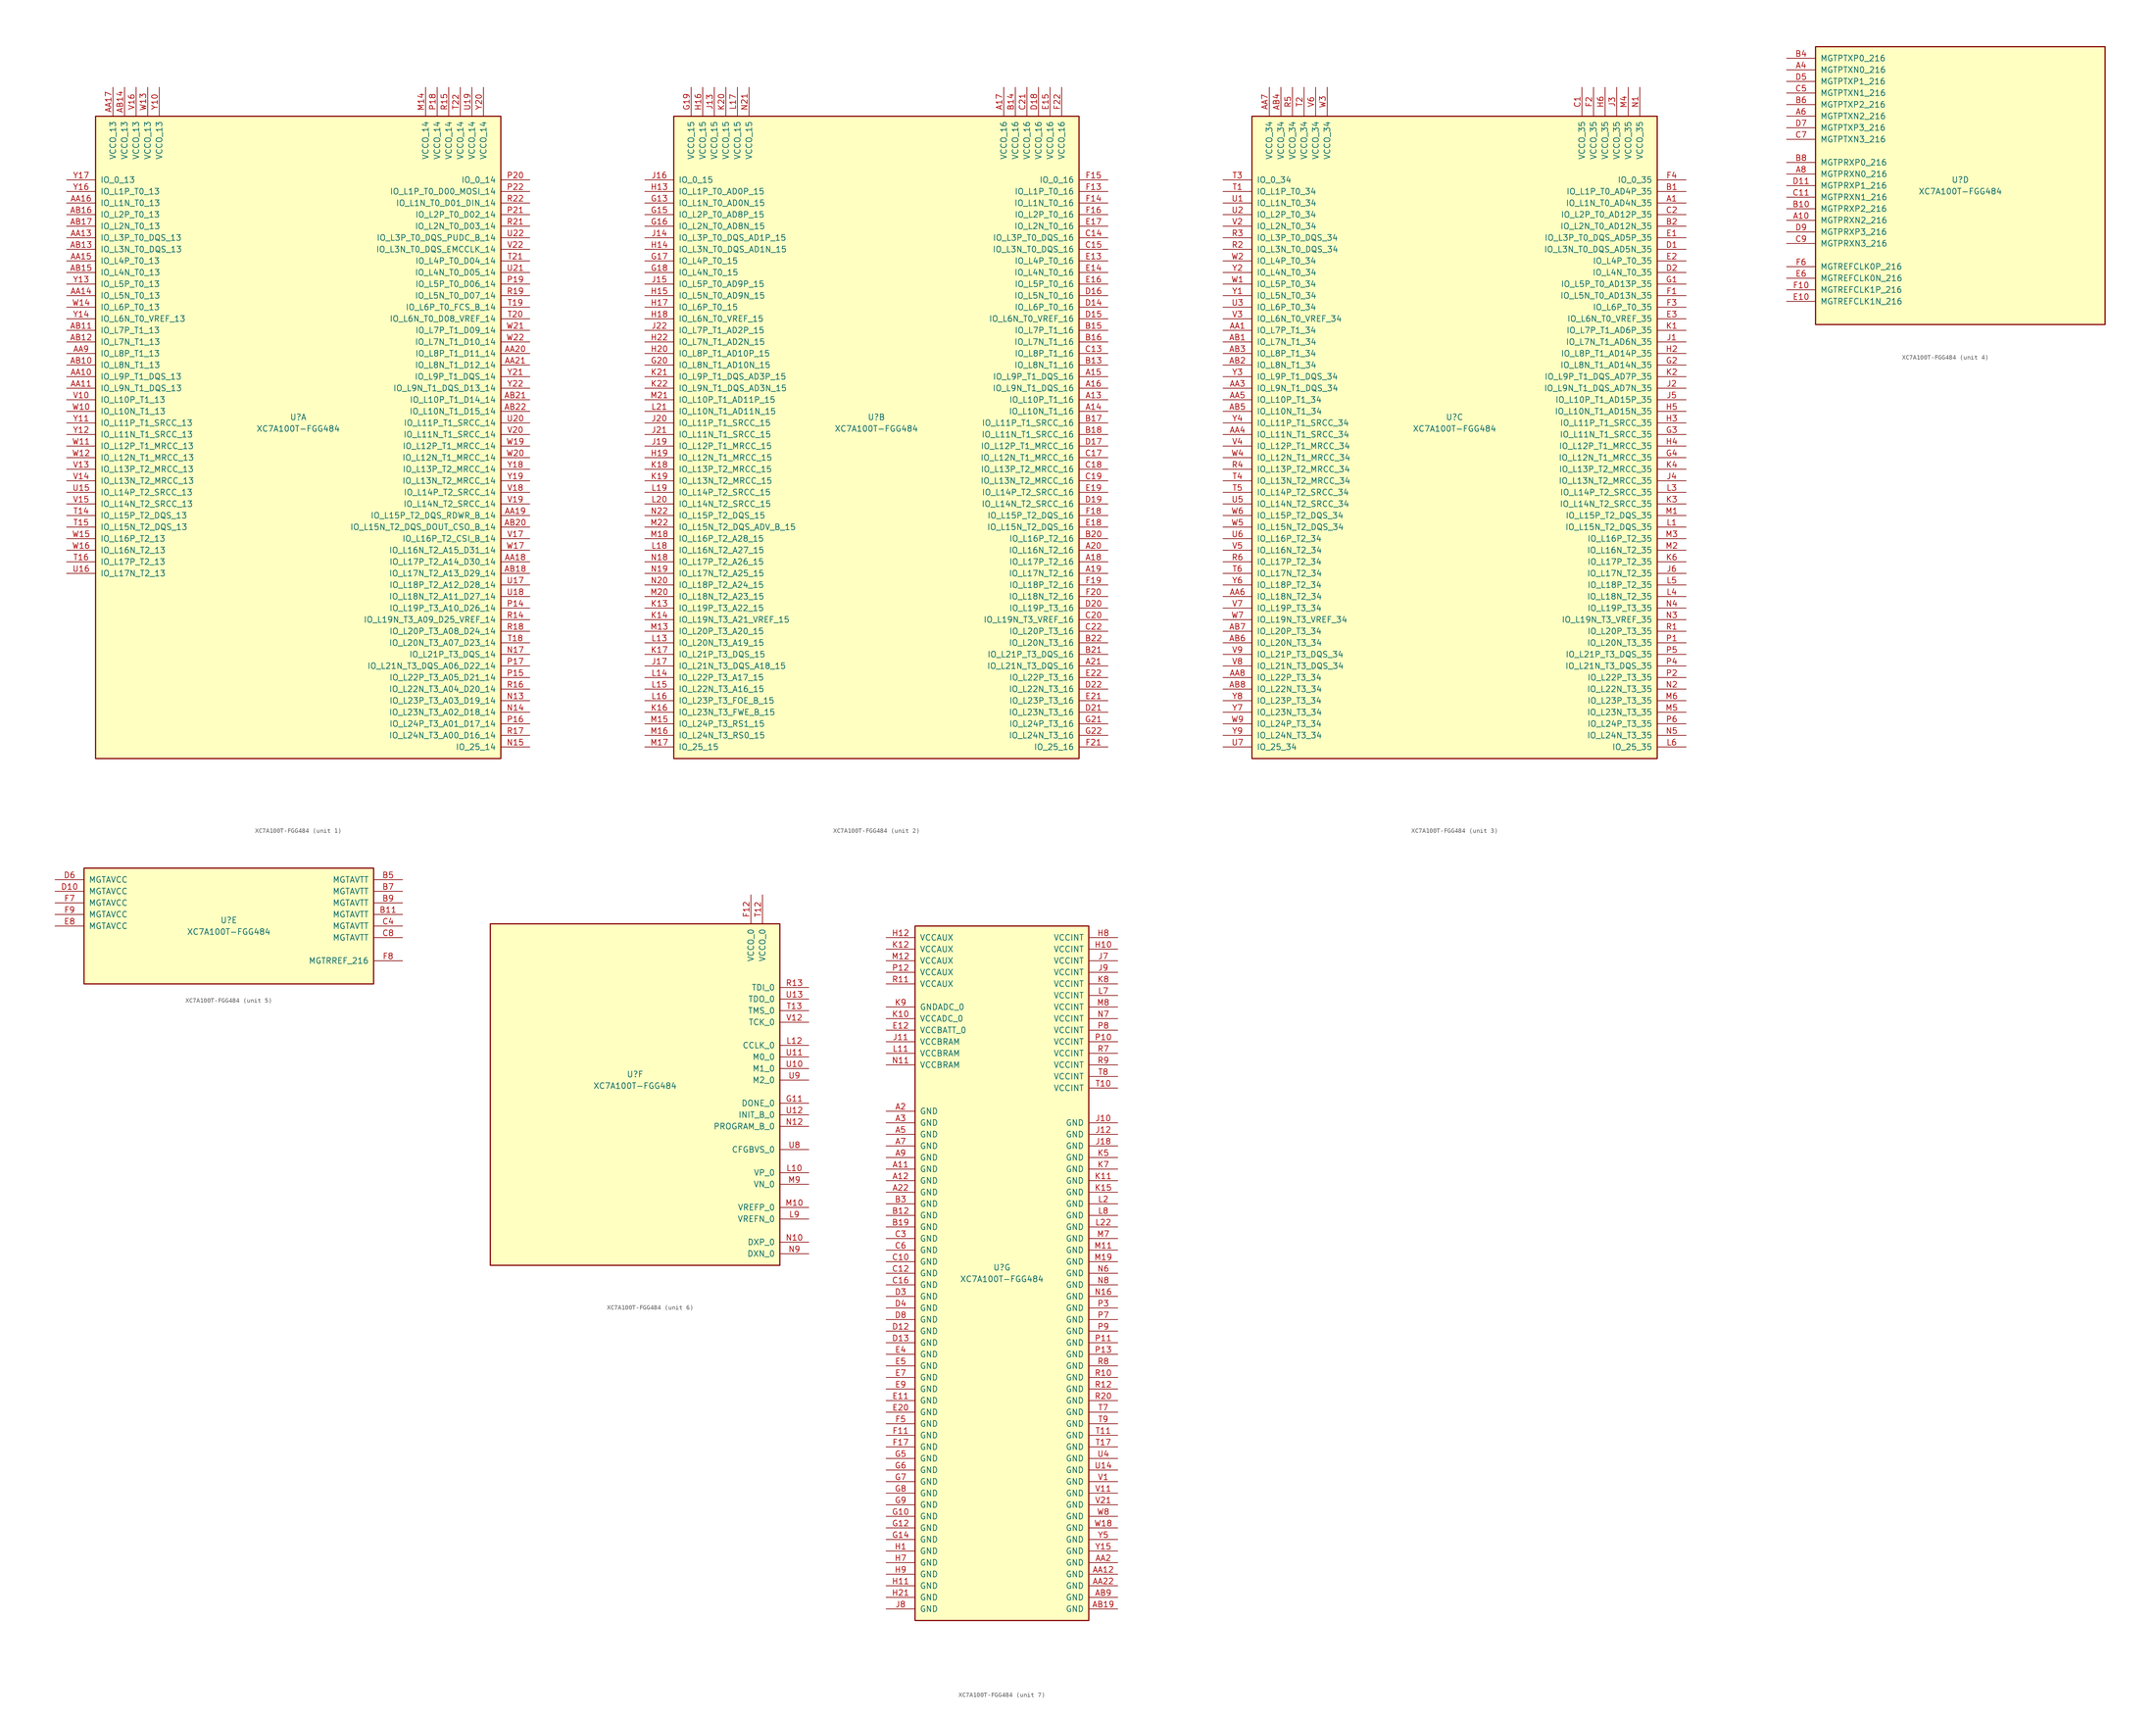
<source format=kicad_sym>
(kicad_symbol_lib
  (version 20241209)
  (generator "kicad_symbol_editor")
  (generator_version "9.0")
  (symbol "XC7A100T-FGG484"
    (pin_names
      (offset 1.016))
    (property "Reference" "U"
      (at 0 1.27 0)
      (effects (font (size 1.27 1.27))))
    (property "Value" "XC7A100T-FGG484"
      (at 0 -1.27 0)
      (effects (font (size 1.27 1.27))))
    (property "Datasheet" ""
      (at 0 0 0)
      (effects (font (size 1.27 1.27))))
    (property "ki_locked" ""
      (at 0 0 0)
      (effects (font (size 1.27 1.27))))
    (symbol "XC7A100T-FGG484_1_1"
      (rectangle (start -44.45 67.31) (end 44.45 -73.66) (stroke (width 0.254) (type default)) (fill (type background)))
      (pin bidirectional line (at -50.8 53.34 0) (length 6.35) (name "IO_0_13" (effects (font (size 1.27 1.27)))) (number "Y17" (effects (font (size 1.27 1.27)))))
      (pin bidirectional line (at -50.8 50.8 0) (length 6.35) (name "IO_L1P_T0_13" (effects (font (size 1.27 1.27)))) (number "Y16" (effects (font (size 1.27 1.27)))))
      (pin bidirectional line (at -50.8 48.26 0) (length 6.35) (name "IO_L1N_T0_13" (effects (font (size 1.27 1.27)))) (number "AA16" (effects (font (size 1.27 1.27)))))
      (pin bidirectional line (at -50.8 45.72 0) (length 6.35) (name "IO_L2P_T0_13" (effects (font (size 1.27 1.27)))) (number "AB16" (effects (font (size 1.27 1.27)))))
      (pin bidirectional line (at -50.8 43.18 0) (length 6.35) (name "IO_L2N_T0_13" (effects (font (size 1.27 1.27)))) (number "AB17" (effects (font (size 1.27 1.27)))))
      (pin bidirectional line (at -50.8 40.64 0) (length 6.35) (name "IO_L3P_T0_DQS_13" (effects (font (size 1.27 1.27)))) (number "AA13" (effects (font (size 1.27 1.27)))))
      (pin bidirectional line (at -50.8 38.1 0) (length 6.35) (name "IO_L3N_T0_DQS_13" (effects (font (size 1.27 1.27)))) (number "AB13" (effects (font (size 1.27 1.27)))))
      (pin bidirectional line (at -50.8 35.56 0) (length 6.35) (name "IO_L4P_T0_13" (effects (font (size 1.27 1.27)))) (number "AA15" (effects (font (size 1.27 1.27)))))
      (pin bidirectional line (at -50.8 33.02 0) (length 6.35) (name "IO_L4N_T0_13" (effects (font (size 1.27 1.27)))) (number "AB15" (effects (font (size 1.27 1.27)))))
      (pin bidirectional line (at -50.8 30.48 0) (length 6.35) (name "IO_L5P_T0_13" (effects (font (size 1.27 1.27)))) (number "Y13" (effects (font (size 1.27 1.27)))))
      (pin bidirectional line (at -50.8 27.94 0) (length 6.35) (name "IO_L5N_T0_13" (effects (font (size 1.27 1.27)))) (number "AA14" (effects (font (size 1.27 1.27)))))
      (pin bidirectional line (at -50.8 25.4 0) (length 6.35) (name "IO_L6P_T0_13" (effects (font (size 1.27 1.27)))) (number "W14" (effects (font (size 1.27 1.27)))))
      (pin bidirectional line (at -50.8 22.86 0) (length 6.35) (name "IO_L6N_T0_VREF_13" (effects (font (size 1.27 1.27)))) (number "Y14" (effects (font (size 1.27 1.27)))))
      (pin bidirectional line (at -50.8 20.32 0) (length 6.35) (name "IO_L7P_T1_13" (effects (font (size 1.27 1.27)))) (number "AB11" (effects (font (size 1.27 1.27)))))
      (pin bidirectional line (at -50.8 17.78 0) (length 6.35) (name "IO_L7N_T1_13" (effects (font (size 1.27 1.27)))) (number "AB12" (effects (font (size 1.27 1.27)))))
      (pin bidirectional line (at -50.8 15.24 0) (length 6.35) (name "IO_L8P_T1_13" (effects (font (size 1.27 1.27)))) (number "AA9" (effects (font (size 1.27 1.27)))))
      (pin bidirectional line (at -50.8 12.7 0) (length 6.35) (name "IO_L8N_T1_13" (effects (font (size 1.27 1.27)))) (number "AB10" (effects (font (size 1.27 1.27)))))
      (pin bidirectional line (at -50.8 10.16 0) (length 6.35) (name "IO_L9P_T1_DQS_13" (effects (font (size 1.27 1.27)))) (number "AA10" (effects (font (size 1.27 1.27)))))
      (pin bidirectional line (at -50.8 7.62 0) (length 6.35) (name "IO_L9N_T1_DQS_13" (effects (font (size 1.27 1.27)))) (number "AA11" (effects (font (size 1.27 1.27)))))
      (pin bidirectional line (at -50.8 5.08 0) (length 6.35) (name "IO_L10P_T1_13" (effects (font (size 1.27 1.27)))) (number "V10" (effects (font (size 1.27 1.27)))))
      (pin bidirectional line (at -50.8 2.54 0) (length 6.35) (name "IO_L10N_T1_13" (effects (font (size 1.27 1.27)))) (number "W10" (effects (font (size 1.27 1.27)))))
      (pin bidirectional line (at -50.8 0 0) (length 6.35) (name "IO_L11P_T1_SRCC_13" (effects (font (size 1.27 1.27)))) (number "Y11" (effects (font (size 1.27 1.27)))))
      (pin bidirectional line (at -50.8 -2.54 0) (length 6.35) (name "IO_L11N_T1_SRCC_13" (effects (font (size 1.27 1.27)))) (number "Y12" (effects (font (size 1.27 1.27)))))
      (pin bidirectional line (at -50.8 -5.08 0) (length 6.35) (name "IO_L12P_T1_MRCC_13" (effects (font (size 1.27 1.27)))) (number "W11" (effects (font (size 1.27 1.27)))))
      (pin bidirectional line (at -50.8 -7.62 0) (length 6.35) (name "IO_L12N_T1_MRCC_13" (effects (font (size 1.27 1.27)))) (number "W12" (effects (font (size 1.27 1.27)))))
      (pin bidirectional line (at -50.8 -10.16 0) (length 6.35) (name "IO_L13P_T2_MRCC_13" (effects (font (size 1.27 1.27)))) (number "V13" (effects (font (size 1.27 1.27)))))
      (pin bidirectional line (at -50.8 -12.7 0) (length 6.35) (name "IO_L13N_T2_MRCC_13" (effects (font (size 1.27 1.27)))) (number "V14" (effects (font (size 1.27 1.27)))))
      (pin bidirectional line (at -50.8 -15.24 0) (length 6.35) (name "IO_L14P_T2_SRCC_13" (effects (font (size 1.27 1.27)))) (number "U15" (effects (font (size 1.27 1.27)))))
      (pin bidirectional line (at -50.8 -17.78 0) (length 6.35) (name "IO_L14N_T2_SRCC_13" (effects (font (size 1.27 1.27)))) (number "V15" (effects (font (size 1.27 1.27)))))
      (pin bidirectional line (at -50.8 -20.32 0) (length 6.35) (name "IO_L15P_T2_DQS_13" (effects (font (size 1.27 1.27)))) (number "T14" (effects (font (size 1.27 1.27)))))
      (pin bidirectional line (at -50.8 -22.86 0) (length 6.35) (name "IO_L15N_T2_DQS_13" (effects (font (size 1.27 1.27)))) (number "T15" (effects (font (size 1.27 1.27)))))
      (pin bidirectional line (at -50.8 -25.4 0) (length 6.35) (name "IO_L16P_T2_13" (effects (font (size 1.27 1.27)))) (number "W15" (effects (font (size 1.27 1.27)))))
      (pin bidirectional line (at -50.8 -27.94 0) (length 6.35) (name "IO_L16N_T2_13" (effects (font (size 1.27 1.27)))) (number "W16" (effects (font (size 1.27 1.27)))))
      (pin bidirectional line (at -50.8 -30.48 0) (length 6.35) (name "IO_L17P_T2_13" (effects (font (size 1.27 1.27)))) (number "T16" (effects (font (size 1.27 1.27)))))
      (pin bidirectional line (at -50.8 -33.02 0) (length 6.35) (name "IO_L17N_T2_13" (effects (font (size 1.27 1.27)))) (number "U16" (effects (font (size 1.27 1.27)))))
      (pin power_in line (at -40.64 73.66 270) (length 6.35) (name "VCCO_13" (effects (font (size 1.27 1.27)))) (number "AA17" (effects (font (size 1.27 1.27)))))
      (pin power_in line (at -38.1 73.66 270) (length 6.35) (name "VCCO_13" (effects (font (size 1.27 1.27)))) (number "AB14" (effects (font (size 1.27 1.27)))))
      (pin power_in line (at -35.56 73.66 270) (length 6.35) (name "VCCO_13" (effects (font (size 1.27 1.27)))) (number "V16" (effects (font (size 1.27 1.27)))))
      (pin power_in line (at -33.02 73.66 270) (length 6.35) (name "VCCO_13" (effects (font (size 1.27 1.27)))) (number "W13" (effects (font (size 1.27 1.27)))))
      (pin power_in line (at -30.48 73.66 270) (length 6.35) (name "VCCO_13" (effects (font (size 1.27 1.27)))) (number "Y10" (effects (font (size 1.27 1.27)))))
      (pin power_in line (at 27.94 73.66 270) (length 6.35) (name "VCCO_14" (effects (font (size 1.27 1.27)))) (number "M14" (effects (font (size 1.27 1.27)))))
      (pin power_in line (at 30.48 73.66 270) (length 6.35) (name "VCCO_14" (effects (font (size 1.27 1.27)))) (number "P18" (effects (font (size 1.27 1.27)))))
      (pin power_in line (at 33.02 73.66 270) (length 6.35) (name "VCCO_14" (effects (font (size 1.27 1.27)))) (number "R15" (effects (font (size 1.27 1.27)))))
      (pin power_in line (at 35.56 73.66 270) (length 6.35) (name "VCCO_14" (effects (font (size 1.27 1.27)))) (number "T22" (effects (font (size 1.27 1.27)))))
      (pin power_in line (at 38.1 73.66 270) (length 6.35) (name "VCCO_14" (effects (font (size 1.27 1.27)))) (number "U19" (effects (font (size 1.27 1.27)))))
      (pin power_in line (at 40.64 73.66 270) (length 6.35) (name "VCCO_14" (effects (font (size 1.27 1.27)))) (number "Y20" (effects (font (size 1.27 1.27)))))
      (pin bidirectional line (at 50.8 53.34 180) (length 6.35) (name "IO_0_14" (effects (font (size 1.27 1.27)))) (number "P20" (effects (font (size 1.27 1.27)))))
      (pin bidirectional line (at 50.8 50.8 180) (length 6.35) (name "IO_L1P_T0_D00_MOSI_14" (effects (font (size 1.27 1.27)))) (number "P22" (effects (font (size 1.27 1.27)))))
      (pin bidirectional line (at 50.8 48.26 180) (length 6.35) (name "IO_L1N_T0_D01_DIN_14" (effects (font (size 1.27 1.27)))) (number "R22" (effects (font (size 1.27 1.27)))))
      (pin bidirectional line (at 50.8 45.72 180) (length 6.35) (name "IO_L2P_T0_D02_14" (effects (font (size 1.27 1.27)))) (number "P21" (effects (font (size 1.27 1.27)))))
      (pin bidirectional line (at 50.8 43.18 180) (length 6.35) (name "IO_L2N_T0_D03_14" (effects (font (size 1.27 1.27)))) (number "R21" (effects (font (size 1.27 1.27)))))
      (pin bidirectional line (at 50.8 40.64 180) (length 6.35) (name "IO_L3P_T0_DQS_PUDC_B_14" (effects (font (size 1.27 1.27)))) (number "U22" (effects (font (size 1.27 1.27)))))
      (pin bidirectional line (at 50.8 38.1 180) (length 6.35) (name "IO_L3N_T0_DQS_EMCCLK_14" (effects (font (size 1.27 1.27)))) (number "V22" (effects (font (size 1.27 1.27)))))
      (pin bidirectional line (at 50.8 35.56 180) (length 6.35) (name "IO_L4P_T0_D04_14" (effects (font (size 1.27 1.27)))) (number "T21" (effects (font (size 1.27 1.27)))))
      (pin bidirectional line (at 50.8 33.02 180) (length 6.35) (name "IO_L4N_T0_D05_14" (effects (font (size 1.27 1.27)))) (number "U21" (effects (font (size 1.27 1.27)))))
      (pin bidirectional line (at 50.8 30.48 180) (length 6.35) (name "IO_L5P_T0_D06_14" (effects (font (size 1.27 1.27)))) (number "P19" (effects (font (size 1.27 1.27)))))
      (pin bidirectional line (at 50.8 27.94 180) (length 6.35) (name "IO_L5N_T0_D07_14" (effects (font (size 1.27 1.27)))) (number "R19" (effects (font (size 1.27 1.27)))))
      (pin bidirectional line (at 50.8 25.4 180) (length 6.35) (name "IO_L6P_T0_FCS_B_14" (effects (font (size 1.27 1.27)))) (number "T19" (effects (font (size 1.27 1.27)))))
      (pin bidirectional line (at 50.8 22.86 180) (length 6.35) (name "IO_L6N_T0_D08_VREF_14" (effects (font (size 1.27 1.27)))) (number "T20" (effects (font (size 1.27 1.27)))))
      (pin bidirectional line (at 50.8 20.32 180) (length 6.35) (name "IO_L7P_T1_D09_14" (effects (font (size 1.27 1.27)))) (number "W21" (effects (font (size 1.27 1.27)))))
      (pin bidirectional line (at 50.8 17.78 180) (length 6.35) (name "IO_L7N_T1_D10_14" (effects (font (size 1.27 1.27)))) (number "W22" (effects (font (size 1.27 1.27)))))
      (pin bidirectional line (at 50.8 15.24 180) (length 6.35) (name "IO_L8P_T1_D11_14" (effects (font (size 1.27 1.27)))) (number "AA20" (effects (font (size 1.27 1.27)))))
      (pin bidirectional line (at 50.8 12.7 180) (length 6.35) (name "IO_L8N_T1_D12_14" (effects (font (size 1.27 1.27)))) (number "AA21" (effects (font (size 1.27 1.27)))))
      (pin bidirectional line (at 50.8 10.16 180) (length 6.35) (name "IO_L9P_T1_DQS_14" (effects (font (size 1.27 1.27)))) (number "Y21" (effects (font (size 1.27 1.27)))))
      (pin bidirectional line (at 50.8 7.62 180) (length 6.35) (name "IO_L9N_T1_DQS_D13_14" (effects (font (size 1.27 1.27)))) (number "Y22" (effects (font (size 1.27 1.27)))))
      (pin bidirectional line (at 50.8 5.08 180) (length 6.35) (name "IO_L10P_T1_D14_14" (effects (font (size 1.27 1.27)))) (number "AB21" (effects (font (size 1.27 1.27)))))
      (pin bidirectional line (at 50.8 2.54 180) (length 6.35) (name "IO_L10N_T1_D15_14" (effects (font (size 1.27 1.27)))) (number "AB22" (effects (font (size 1.27 1.27)))))
      (pin bidirectional line (at 50.8 0 180) (length 6.35) (name "IO_L11P_T1_SRCC_14" (effects (font (size 1.27 1.27)))) (number "U20" (effects (font (size 1.27 1.27)))))
      (pin bidirectional line (at 50.8 -2.54 180) (length 6.35) (name "IO_L11N_T1_SRCC_14" (effects (font (size 1.27 1.27)))) (number "V20" (effects (font (size 1.27 1.27)))))
      (pin bidirectional line (at 50.8 -5.08 180) (length 6.35) (name "IO_L12P_T1_MRCC_14" (effects (font (size 1.27 1.27)))) (number "W19" (effects (font (size 1.27 1.27)))))
      (pin bidirectional line (at 50.8 -7.62 180) (length 6.35) (name "IO_L12N_T1_MRCC_14" (effects (font (size 1.27 1.27)))) (number "W20" (effects (font (size 1.27 1.27)))))
      (pin bidirectional line (at 50.8 -10.16 180) (length 6.35) (name "IO_L13P_T2_MRCC_14" (effects (font (size 1.27 1.27)))) (number "Y18" (effects (font (size 1.27 1.27)))))
      (pin bidirectional line (at 50.8 -12.7 180) (length 6.35) (name "IO_L13N_T2_MRCC_14" (effects (font (size 1.27 1.27)))) (number "Y19" (effects (font (size 1.27 1.27)))))
      (pin bidirectional line (at 50.8 -15.24 180) (length 6.35) (name "IO_L14P_T2_SRCC_14" (effects (font (size 1.27 1.27)))) (number "V18" (effects (font (size 1.27 1.27)))))
      (pin bidirectional line (at 50.8 -17.78 180) (length 6.35) (name "IO_L14N_T2_SRCC_14" (effects (font (size 1.27 1.27)))) (number "V19" (effects (font (size 1.27 1.27)))))
      (pin bidirectional line (at 50.8 -20.32 180) (length 6.35) (name "IO_L15P_T2_DQS_RDWR_B_14" (effects (font (size 1.27 1.27)))) (number "AA19" (effects (font (size 1.27 1.27)))))
      (pin bidirectional line (at 50.8 -22.86 180) (length 6.35) (name "IO_L15N_T2_DQS_DOUT_CSO_B_14" (effects (font (size 1.27 1.27)))) (number "AB20" (effects (font (size 1.27 1.27)))))
      (pin bidirectional line (at 50.8 -25.4 180) (length 6.35) (name "IO_L16P_T2_CSI_B_14" (effects (font (size 1.27 1.27)))) (number "V17" (effects (font (size 1.27 1.27)))))
      (pin bidirectional line (at 50.8 -27.94 180) (length 6.35) (name "IO_L16N_T2_A15_D31_14" (effects (font (size 1.27 1.27)))) (number "W17" (effects (font (size 1.27 1.27)))))
      (pin bidirectional line (at 50.8 -30.48 180) (length 6.35) (name "IO_L17P_T2_A14_D30_14" (effects (font (size 1.27 1.27)))) (number "AA18" (effects (font (size 1.27 1.27)))))
      (pin bidirectional line (at 50.8 -33.02 180) (length 6.35) (name "IO_L17N_T2_A13_D29_14" (effects (font (size 1.27 1.27)))) (number "AB18" (effects (font (size 1.27 1.27)))))
      (pin bidirectional line (at 50.8 -35.56 180) (length 6.35) (name "IO_L18P_T2_A12_D28_14" (effects (font (size 1.27 1.27)))) (number "U17" (effects (font (size 1.27 1.27)))))
      (pin bidirectional line (at 50.8 -38.1 180) (length 6.35) (name "IO_L18N_T2_A11_D27_14" (effects (font (size 1.27 1.27)))) (number "U18" (effects (font (size 1.27 1.27)))))
      (pin bidirectional line (at 50.8 -40.64 180) (length 6.35) (name "IO_L19P_T3_A10_D26_14" (effects (font (size 1.27 1.27)))) (number "P14" (effects (font (size 1.27 1.27)))))
      (pin bidirectional line (at 50.8 -43.18 180) (length 6.35) (name "IO_L19N_T3_A09_D25_VREF_14" (effects (font (size 1.27 1.27)))) (number "R14" (effects (font (size 1.27 1.27)))))
      (pin bidirectional line (at 50.8 -45.72 180) (length 6.35) (name "IO_L20P_T3_A08_D24_14" (effects (font (size 1.27 1.27)))) (number "R18" (effects (font (size 1.27 1.27)))))
      (pin bidirectional line (at 50.8 -48.26 180) (length 6.35) (name "IO_L20N_T3_A07_D23_14" (effects (font (size 1.27 1.27)))) (number "T18" (effects (font (size 1.27 1.27)))))
      (pin bidirectional line (at 50.8 -50.8 180) (length 6.35) (name "IO_L21P_T3_DQS_14" (effects (font (size 1.27 1.27)))) (number "N17" (effects (font (size 1.27 1.27)))))
      (pin bidirectional line (at 50.8 -53.34 180) (length 6.35) (name "IO_L21N_T3_DQS_A06_D22_14" (effects (font (size 1.27 1.27)))) (number "P17" (effects (font (size 1.27 1.27)))))
      (pin bidirectional line (at 50.8 -55.88 180) (length 6.35) (name "IO_L22P_T3_A05_D21_14" (effects (font (size 1.27 1.27)))) (number "P15" (effects (font (size 1.27 1.27)))))
      (pin bidirectional line (at 50.8 -58.42 180) (length 6.35) (name "IO_L22N_T3_A04_D20_14" (effects (font (size 1.27 1.27)))) (number "R16" (effects (font (size 1.27 1.27)))))
      (pin bidirectional line (at 50.8 -60.96 180) (length 6.35) (name "IO_L23P_T3_A03_D19_14" (effects (font (size 1.27 1.27)))) (number "N13" (effects (font (size 1.27 1.27)))))
      (pin bidirectional line (at 50.8 -63.5 180) (length 6.35) (name "IO_L23N_T3_A02_D18_14" (effects (font (size 1.27 1.27)))) (number "N14" (effects (font (size 1.27 1.27)))))
      (pin bidirectional line (at 50.8 -66.04 180) (length 6.35) (name "IO_L24P_T3_A01_D17_14" (effects (font (size 1.27 1.27)))) (number "P16" (effects (font (size 1.27 1.27)))))
      (pin bidirectional line (at 50.8 -68.58 180) (length 6.35) (name "IO_L24N_T3_A00_D16_14" (effects (font (size 1.27 1.27)))) (number "R17" (effects (font (size 1.27 1.27)))))
      (pin bidirectional line (at 50.8 -71.12 180) (length 6.35) (name "IO_25_14" (effects (font (size 1.27 1.27)))) (number "N15" (effects (font (size 1.27 1.27))))))
    (symbol "XC7A100T-FGG484_2_1"
      (rectangle (start -44.45 67.31) (end 44.45 -73.66) (stroke (width 0.254) (type default)) (fill (type background)))
      (pin bidirectional line (at -50.8 53.34 0) (length 6.35) (name "IO_0_15" (effects (font (size 1.27 1.27)))) (number "J16" (effects (font (size 1.27 1.27)))))
      (pin bidirectional line (at -50.8 50.8 0) (length 6.35) (name "IO_L1P_T0_AD0P_15" (effects (font (size 1.27 1.27)))) (number "H13" (effects (font (size 1.27 1.27)))))
      (pin bidirectional line (at -50.8 48.26 0) (length 6.35) (name "IO_L1N_T0_AD0N_15" (effects (font (size 1.27 1.27)))) (number "G13" (effects (font (size 1.27 1.27)))))
      (pin bidirectional line (at -50.8 45.72 0) (length 6.35) (name "IO_L2P_T0_AD8P_15" (effects (font (size 1.27 1.27)))) (number "G15" (effects (font (size 1.27 1.27)))))
      (pin bidirectional line (at -50.8 43.18 0) (length 6.35) (name "IO_L2N_T0_AD8N_15" (effects (font (size 1.27 1.27)))) (number "G16" (effects (font (size 1.27 1.27)))))
      (pin bidirectional line (at -50.8 40.64 0) (length 6.35) (name "IO_L3P_T0_DQS_AD1P_15" (effects (font (size 1.27 1.27)))) (number "J14" (effects (font (size 1.27 1.27)))))
      (pin bidirectional line (at -50.8 38.1 0) (length 6.35) (name "IO_L3N_T0_DQS_AD1N_15" (effects (font (size 1.27 1.27)))) (number "H14" (effects (font (size 1.27 1.27)))))
      (pin bidirectional line (at -50.8 35.56 0) (length 6.35) (name "IO_L4P_T0_15" (effects (font (size 1.27 1.27)))) (number "G17" (effects (font (size 1.27 1.27)))))
      (pin bidirectional line (at -50.8 33.02 0) (length 6.35) (name "IO_L4N_T0_15" (effects (font (size 1.27 1.27)))) (number "G18" (effects (font (size 1.27 1.27)))))
      (pin bidirectional line (at -50.8 30.48 0) (length 6.35) (name "IO_L5P_T0_AD9P_15" (effects (font (size 1.27 1.27)))) (number "J15" (effects (font (size 1.27 1.27)))))
      (pin bidirectional line (at -50.8 27.94 0) (length 6.35) (name "IO_L5N_T0_AD9N_15" (effects (font (size 1.27 1.27)))) (number "H15" (effects (font (size 1.27 1.27)))))
      (pin bidirectional line (at -50.8 25.4 0) (length 6.35) (name "IO_L6P_T0_15" (effects (font (size 1.27 1.27)))) (number "H17" (effects (font (size 1.27 1.27)))))
      (pin bidirectional line (at -50.8 22.86 0) (length 6.35) (name "IO_L6N_T0_VREF_15" (effects (font (size 1.27 1.27)))) (number "H18" (effects (font (size 1.27 1.27)))))
      (pin bidirectional line (at -50.8 20.32 0) (length 6.35) (name "IO_L7P_T1_AD2P_15" (effects (font (size 1.27 1.27)))) (number "J22" (effects (font (size 1.27 1.27)))))
      (pin bidirectional line (at -50.8 17.78 0) (length 6.35) (name "IO_L7N_T1_AD2N_15" (effects (font (size 1.27 1.27)))) (number "H22" (effects (font (size 1.27 1.27)))))
      (pin bidirectional line (at -50.8 15.24 0) (length 6.35) (name "IO_L8P_T1_AD10P_15" (effects (font (size 1.27 1.27)))) (number "H20" (effects (font (size 1.27 1.27)))))
      (pin bidirectional line (at -50.8 12.7 0) (length 6.35) (name "IO_L8N_T1_AD10N_15" (effects (font (size 1.27 1.27)))) (number "G20" (effects (font (size 1.27 1.27)))))
      (pin bidirectional line (at -50.8 10.16 0) (length 6.35) (name "IO_L9P_T1_DQS_AD3P_15" (effects (font (size 1.27 1.27)))) (number "K21" (effects (font (size 1.27 1.27)))))
      (pin bidirectional line (at -50.8 7.62 0) (length 6.35) (name "IO_L9N_T1_DQS_AD3N_15" (effects (font (size 1.27 1.27)))) (number "K22" (effects (font (size 1.27 1.27)))))
      (pin bidirectional line (at -50.8 5.08 0) (length 6.35) (name "IO_L10P_T1_AD11P_15" (effects (font (size 1.27 1.27)))) (number "M21" (effects (font (size 1.27 1.27)))))
      (pin bidirectional line (at -50.8 2.54 0) (length 6.35) (name "IO_L10N_T1_AD11N_15" (effects (font (size 1.27 1.27)))) (number "L21" (effects (font (size 1.27 1.27)))))
      (pin bidirectional line (at -50.8 0 0) (length 6.35) (name "IO_L11P_T1_SRCC_15" (effects (font (size 1.27 1.27)))) (number "J20" (effects (font (size 1.27 1.27)))))
      (pin bidirectional line (at -50.8 -2.54 0) (length 6.35) (name "IO_L11N_T1_SRCC_15" (effects (font (size 1.27 1.27)))) (number "J21" (effects (font (size 1.27 1.27)))))
      (pin bidirectional line (at -50.8 -5.08 0) (length 6.35) (name "IO_L12P_T1_MRCC_15" (effects (font (size 1.27 1.27)))) (number "J19" (effects (font (size 1.27 1.27)))))
      (pin bidirectional line (at -50.8 -7.62 0) (length 6.35) (name "IO_L12N_T1_MRCC_15" (effects (font (size 1.27 1.27)))) (number "H19" (effects (font (size 1.27 1.27)))))
      (pin bidirectional line (at -50.8 -10.16 0) (length 6.35) (name "IO_L13P_T2_MRCC_15" (effects (font (size 1.27 1.27)))) (number "K18" (effects (font (size 1.27 1.27)))))
      (pin bidirectional line (at -50.8 -12.7 0) (length 6.35) (name "IO_L13N_T2_MRCC_15" (effects (font (size 1.27 1.27)))) (number "K19" (effects (font (size 1.27 1.27)))))
      (pin bidirectional line (at -50.8 -15.24 0) (length 6.35) (name "IO_L14P_T2_SRCC_15" (effects (font (size 1.27 1.27)))) (number "L19" (effects (font (size 1.27 1.27)))))
      (pin bidirectional line (at -50.8 -17.78 0) (length 6.35) (name "IO_L14N_T2_SRCC_15" (effects (font (size 1.27 1.27)))) (number "L20" (effects (font (size 1.27 1.27)))))
      (pin bidirectional line (at -50.8 -20.32 0) (length 6.35) (name "IO_L15P_T2_DQS_15" (effects (font (size 1.27 1.27)))) (number "N22" (effects (font (size 1.27 1.27)))))
      (pin bidirectional line (at -50.8 -22.86 0) (length 6.35) (name "IO_L15N_T2_DQS_ADV_B_15" (effects (font (size 1.27 1.27)))) (number "M22" (effects (font (size 1.27 1.27)))))
      (pin bidirectional line (at -50.8 -25.4 0) (length 6.35) (name "IO_L16P_T2_A28_15" (effects (font (size 1.27 1.27)))) (number "M18" (effects (font (size 1.27 1.27)))))
      (pin bidirectional line (at -50.8 -27.94 0) (length 6.35) (name "IO_L16N_T2_A27_15" (effects (font (size 1.27 1.27)))) (number "L18" (effects (font (size 1.27 1.27)))))
      (pin bidirectional line (at -50.8 -30.48 0) (length 6.35) (name "IO_L17P_T2_A26_15" (effects (font (size 1.27 1.27)))) (number "N18" (effects (font (size 1.27 1.27)))))
      (pin bidirectional line (at -50.8 -33.02 0) (length 6.35) (name "IO_L17N_T2_A25_15" (effects (font (size 1.27 1.27)))) (number "N19" (effects (font (size 1.27 1.27)))))
      (pin bidirectional line (at -50.8 -35.56 0) (length 6.35) (name "IO_L18P_T2_A24_15" (effects (font (size 1.27 1.27)))) (number "N20" (effects (font (size 1.27 1.27)))))
      (pin bidirectional line (at -50.8 -38.1 0) (length 6.35) (name "IO_L18N_T2_A23_15" (effects (font (size 1.27 1.27)))) (number "M20" (effects (font (size 1.27 1.27)))))
      (pin bidirectional line (at -50.8 -40.64 0) (length 6.35) (name "IO_L19P_T3_A22_15" (effects (font (size 1.27 1.27)))) (number "K13" (effects (font (size 1.27 1.27)))))
      (pin bidirectional line (at -50.8 -43.18 0) (length 6.35) (name "IO_L19N_T3_A21_VREF_15" (effects (font (size 1.27 1.27)))) (number "K14" (effects (font (size 1.27 1.27)))))
      (pin bidirectional line (at -50.8 -45.72 0) (length 6.35) (name "IO_L20P_T3_A20_15" (effects (font (size 1.27 1.27)))) (number "M13" (effects (font (size 1.27 1.27)))))
      (pin bidirectional line (at -50.8 -48.26 0) (length 6.35) (name "IO_L20N_T3_A19_15" (effects (font (size 1.27 1.27)))) (number "L13" (effects (font (size 1.27 1.27)))))
      (pin bidirectional line (at -50.8 -50.8 0) (length 6.35) (name "IO_L21P_T3_DQS_15" (effects (font (size 1.27 1.27)))) (number "K17" (effects (font (size 1.27 1.27)))))
      (pin bidirectional line (at -50.8 -53.34 0) (length 6.35) (name "IO_L21N_T3_DQS_A18_15" (effects (font (size 1.27 1.27)))) (number "J17" (effects (font (size 1.27 1.27)))))
      (pin bidirectional line (at -50.8 -55.88 0) (length 6.35) (name "IO_L22P_T3_A17_15" (effects (font (size 1.27 1.27)))) (number "L14" (effects (font (size 1.27 1.27)))))
      (pin bidirectional line (at -50.8 -58.42 0) (length 6.35) (name "IO_L22N_T3_A16_15" (effects (font (size 1.27 1.27)))) (number "L15" (effects (font (size 1.27 1.27)))))
      (pin bidirectional line (at -50.8 -60.96 0) (length 6.35) (name "IO_L23P_T3_FOE_B_15" (effects (font (size 1.27 1.27)))) (number "L16" (effects (font (size 1.27 1.27)))))
      (pin bidirectional line (at -50.8 -63.5 0) (length 6.35) (name "IO_L23N_T3_FWE_B_15" (effects (font (size 1.27 1.27)))) (number "K16" (effects (font (size 1.27 1.27)))))
      (pin bidirectional line (at -50.8 -66.04 0) (length 6.35) (name "IO_L24P_T3_RS1_15" (effects (font (size 1.27 1.27)))) (number "M15" (effects (font (size 1.27 1.27)))))
      (pin bidirectional line (at -50.8 -68.58 0) (length 6.35) (name "IO_L24N_T3_RS0_15" (effects (font (size 1.27 1.27)))) (number "M16" (effects (font (size 1.27 1.27)))))
      (pin bidirectional line (at -50.8 -71.12 0) (length 6.35) (name "IO_25_15" (effects (font (size 1.27 1.27)))) (number "M17" (effects (font (size 1.27 1.27)))))
      (pin power_in line (at -40.64 73.66 270) (length 6.35) (name "VCCO_15" (effects (font (size 1.27 1.27)))) (number "G19" (effects (font (size 1.27 1.27)))))
      (pin power_in line (at -38.1 73.66 270) (length 6.35) (name "VCCO_15" (effects (font (size 1.27 1.27)))) (number "H16" (effects (font (size 1.27 1.27)))))
      (pin power_in line (at -35.56 73.66 270) (length 6.35) (name "VCCO_15" (effects (font (size 1.27 1.27)))) (number "J13" (effects (font (size 1.27 1.27)))))
      (pin power_in line (at -33.02 73.66 270) (length 6.35) (name "VCCO_15" (effects (font (size 1.27 1.27)))) (number "K20" (effects (font (size 1.27 1.27)))))
      (pin power_in line (at -30.48 73.66 270) (length 6.35) (name "VCCO_15" (effects (font (size 1.27 1.27)))) (number "L17" (effects (font (size 1.27 1.27)))))
      (pin power_in line (at -27.94 73.66 270) (length 6.35) (name "VCCO_15" (effects (font (size 1.27 1.27)))) (number "N21" (effects (font (size 1.27 1.27)))))
      (pin power_in line (at 27.94 73.66 270) (length 6.35) (name "VCCO_16" (effects (font (size 1.27 1.27)))) (number "A17" (effects (font (size 1.27 1.27)))))
      (pin power_in line (at 30.48 73.66 270) (length 6.35) (name "VCCO_16" (effects (font (size 1.27 1.27)))) (number "B14" (effects (font (size 1.27 1.27)))))
      (pin power_in line (at 33.02 73.66 270) (length 6.35) (name "VCCO_16" (effects (font (size 1.27 1.27)))) (number "C21" (effects (font (size 1.27 1.27)))))
      (pin power_in line (at 35.56 73.66 270) (length 6.35) (name "VCCO_16" (effects (font (size 1.27 1.27)))) (number "D18" (effects (font (size 1.27 1.27)))))
      (pin power_in line (at 38.1 73.66 270) (length 6.35) (name "VCCO_16" (effects (font (size 1.27 1.27)))) (number "E15" (effects (font (size 1.27 1.27)))))
      (pin power_in line (at 40.64 73.66 270) (length 6.35) (name "VCCO_16" (effects (font (size 1.27 1.27)))) (number "F22" (effects (font (size 1.27 1.27)))))
      (pin bidirectional line (at 50.8 53.34 180) (length 6.35) (name "IO_0_16" (effects (font (size 1.27 1.27)))) (number "F15" (effects (font (size 1.27 1.27)))))
      (pin bidirectional line (at 50.8 50.8 180) (length 6.35) (name "IO_L1P_T0_16" (effects (font (size 1.27 1.27)))) (number "F13" (effects (font (size 1.27 1.27)))))
      (pin bidirectional line (at 50.8 48.26 180) (length 6.35) (name "IO_L1N_T0_16" (effects (font (size 1.27 1.27)))) (number "F14" (effects (font (size 1.27 1.27)))))
      (pin bidirectional line (at 50.8 45.72 180) (length 6.35) (name "IO_L2P_T0_16" (effects (font (size 1.27 1.27)))) (number "F16" (effects (font (size 1.27 1.27)))))
      (pin bidirectional line (at 50.8 43.18 180) (length 6.35) (name "IO_L2N_T0_16" (effects (font (size 1.27 1.27)))) (number "E17" (effects (font (size 1.27 1.27)))))
      (pin bidirectional line (at 50.8 40.64 180) (length 6.35) (name "IO_L3P_T0_DQS_16" (effects (font (size 1.27 1.27)))) (number "C14" (effects (font (size 1.27 1.27)))))
      (pin bidirectional line (at 50.8 38.1 180) (length 6.35) (name "IO_L3N_T0_DQS_16" (effects (font (size 1.27 1.27)))) (number "C15" (effects (font (size 1.27 1.27)))))
      (pin bidirectional line (at 50.8 35.56 180) (length 6.35) (name "IO_L4P_T0_16" (effects (font (size 1.27 1.27)))) (number "E13" (effects (font (size 1.27 1.27)))))
      (pin bidirectional line (at 50.8 33.02 180) (length 6.35) (name "IO_L4N_T0_16" (effects (font (size 1.27 1.27)))) (number "E14" (effects (font (size 1.27 1.27)))))
      (pin bidirectional line (at 50.8 30.48 180) (length 6.35) (name "IO_L5P_T0_16" (effects (font (size 1.27 1.27)))) (number "E16" (effects (font (size 1.27 1.27)))))
      (pin bidirectional line (at 50.8 27.94 180) (length 6.35) (name "IO_L5N_T0_16" (effects (font (size 1.27 1.27)))) (number "D16" (effects (font (size 1.27 1.27)))))
      (pin bidirectional line (at 50.8 25.4 180) (length 6.35) (name "IO_L6P_T0_16" (effects (font (size 1.27 1.27)))) (number "D14" (effects (font (size 1.27 1.27)))))
      (pin bidirectional line (at 50.8 22.86 180) (length 6.35) (name "IO_L6N_T0_VREF_16" (effects (font (size 1.27 1.27)))) (number "D15" (effects (font (size 1.27 1.27)))))
      (pin bidirectional line (at 50.8 20.32 180) (length 6.35) (name "IO_L7P_T1_16" (effects (font (size 1.27 1.27)))) (number "B15" (effects (font (size 1.27 1.27)))))
      (pin bidirectional line (at 50.8 17.78 180) (length 6.35) (name "IO_L7N_T1_16" (effects (font (size 1.27 1.27)))) (number "B16" (effects (font (size 1.27 1.27)))))
      (pin bidirectional line (at 50.8 15.24 180) (length 6.35) (name "IO_L8P_T1_16" (effects (font (size 1.27 1.27)))) (number "C13" (effects (font (size 1.27 1.27)))))
      (pin bidirectional line (at 50.8 12.7 180) (length 6.35) (name "IO_L8N_T1_16" (effects (font (size 1.27 1.27)))) (number "B13" (effects (font (size 1.27 1.27)))))
      (pin bidirectional line (at 50.8 10.16 180) (length 6.35) (name "IO_L9P_T1_DQS_16" (effects (font (size 1.27 1.27)))) (number "A15" (effects (font (size 1.27 1.27)))))
      (pin bidirectional line (at 50.8 7.62 180) (length 6.35) (name "IO_L9N_T1_DQS_16" (effects (font (size 1.27 1.27)))) (number "A16" (effects (font (size 1.27 1.27)))))
      (pin bidirectional line (at 50.8 5.08 180) (length 6.35) (name "IO_L10P_T1_16" (effects (font (size 1.27 1.27)))) (number "A13" (effects (font (size 1.27 1.27)))))
      (pin bidirectional line (at 50.8 2.54 180) (length 6.35) (name "IO_L10N_T1_16" (effects (font (size 1.27 1.27)))) (number "A14" (effects (font (size 1.27 1.27)))))
      (pin bidirectional line (at 50.8 0 180) (length 6.35) (name "IO_L11P_T1_SRCC_16" (effects (font (size 1.27 1.27)))) (number "B17" (effects (font (size 1.27 1.27)))))
      (pin bidirectional line (at 50.8 -2.54 180) (length 6.35) (name "IO_L11N_T1_SRCC_16" (effects (font (size 1.27 1.27)))) (number "B18" (effects (font (size 1.27 1.27)))))
      (pin bidirectional line (at 50.8 -5.08 180) (length 6.35) (name "IO_L12P_T1_MRCC_16" (effects (font (size 1.27 1.27)))) (number "D17" (effects (font (size 1.27 1.27)))))
      (pin bidirectional line (at 50.8 -7.62 180) (length 6.35) (name "IO_L12N_T1_MRCC_16" (effects (font (size 1.27 1.27)))) (number "C17" (effects (font (size 1.27 1.27)))))
      (pin bidirectional line (at 50.8 -10.16 180) (length 6.35) (name "IO_L13P_T2_MRCC_16" (effects (font (size 1.27 1.27)))) (number "C18" (effects (font (size 1.27 1.27)))))
      (pin bidirectional line (at 50.8 -12.7 180) (length 6.35) (name "IO_L13N_T2_MRCC_16" (effects (font (size 1.27 1.27)))) (number "C19" (effects (font (size 1.27 1.27)))))
      (pin bidirectional line (at 50.8 -15.24 180) (length 6.35) (name "IO_L14P_T2_SRCC_16" (effects (font (size 1.27 1.27)))) (number "E19" (effects (font (size 1.27 1.27)))))
      (pin bidirectional line (at 50.8 -17.78 180) (length 6.35) (name "IO_L14N_T2_SRCC_16" (effects (font (size 1.27 1.27)))) (number "D19" (effects (font (size 1.27 1.27)))))
      (pin bidirectional line (at 50.8 -20.32 180) (length 6.35) (name "IO_L15P_T2_DQS_16" (effects (font (size 1.27 1.27)))) (number "F18" (effects (font (size 1.27 1.27)))))
      (pin bidirectional line (at 50.8 -22.86 180) (length 6.35) (name "IO_L15N_T2_DQS_16" (effects (font (size 1.27 1.27)))) (number "E18" (effects (font (size 1.27 1.27)))))
      (pin bidirectional line (at 50.8 -25.4 180) (length 6.35) (name "IO_L16P_T2_16" (effects (font (size 1.27 1.27)))) (number "B20" (effects (font (size 1.27 1.27)))))
      (pin bidirectional line (at 50.8 -27.94 180) (length 6.35) (name "IO_L16N_T2_16" (effects (font (size 1.27 1.27)))) (number "A20" (effects (font (size 1.27 1.27)))))
      (pin bidirectional line (at 50.8 -30.48 180) (length 6.35) (name "IO_L17P_T2_16" (effects (font (size 1.27 1.27)))) (number "A18" (effects (font (size 1.27 1.27)))))
      (pin bidirectional line (at 50.8 -33.02 180) (length 6.35) (name "IO_L17N_T2_16" (effects (font (size 1.27 1.27)))) (number "A19" (effects (font (size 1.27 1.27)))))
      (pin bidirectional line (at 50.8 -35.56 180) (length 6.35) (name "IO_L18P_T2_16" (effects (font (size 1.27 1.27)))) (number "F19" (effects (font (size 1.27 1.27)))))
      (pin bidirectional line (at 50.8 -38.1 180) (length 6.35) (name "IO_L18N_T2_16" (effects (font (size 1.27 1.27)))) (number "F20" (effects (font (size 1.27 1.27)))))
      (pin bidirectional line (at 50.8 -40.64 180) (length 6.35) (name "IO_L19P_T3_16" (effects (font (size 1.27 1.27)))) (number "D20" (effects (font (size 1.27 1.27)))))
      (pin bidirectional line (at 50.8 -43.18 180) (length 6.35) (name "IO_L19N_T3_VREF_16" (effects (font (size 1.27 1.27)))) (number "C20" (effects (font (size 1.27 1.27)))))
      (pin bidirectional line (at 50.8 -45.72 180) (length 6.35) (name "IO_L20P_T3_16" (effects (font (size 1.27 1.27)))) (number "C22" (effects (font (size 1.27 1.27)))))
      (pin bidirectional line (at 50.8 -48.26 180) (length 6.35) (name "IO_L20N_T3_16" (effects (font (size 1.27 1.27)))) (number "B22" (effects (font (size 1.27 1.27)))))
      (pin bidirectional line (at 50.8 -50.8 180) (length 6.35) (name "IO_L21P_T3_DQS_16" (effects (font (size 1.27 1.27)))) (number "B21" (effects (font (size 1.27 1.27)))))
      (pin bidirectional line (at 50.8 -53.34 180) (length 6.35) (name "IO_L21N_T3_DQS_16" (effects (font (size 1.27 1.27)))) (number "A21" (effects (font (size 1.27 1.27)))))
      (pin bidirectional line (at 50.8 -55.88 180) (length 6.35) (name "IO_L22P_T3_16" (effects (font (size 1.27 1.27)))) (number "E22" (effects (font (size 1.27 1.27)))))
      (pin bidirectional line (at 50.8 -58.42 180) (length 6.35) (name "IO_L22N_T3_16" (effects (font (size 1.27 1.27)))) (number "D22" (effects (font (size 1.27 1.27)))))
      (pin bidirectional line (at 50.8 -60.96 180) (length 6.35) (name "IO_L23P_T3_16" (effects (font (size 1.27 1.27)))) (number "E21" (effects (font (size 1.27 1.27)))))
      (pin bidirectional line (at 50.8 -63.5 180) (length 6.35) (name "IO_L23N_T3_16" (effects (font (size 1.27 1.27)))) (number "D21" (effects (font (size 1.27 1.27)))))
      (pin bidirectional line (at 50.8 -66.04 180) (length 6.35) (name "IO_L24P_T3_16" (effects (font (size 1.27 1.27)))) (number "G21" (effects (font (size 1.27 1.27)))))
      (pin bidirectional line (at 50.8 -68.58 180) (length 6.35) (name "IO_L24N_T3_16" (effects (font (size 1.27 1.27)))) (number "G22" (effects (font (size 1.27 1.27)))))
      (pin bidirectional line (at 50.8 -71.12 180) (length 6.35) (name "IO_25_16" (effects (font (size 1.27 1.27)))) (number "F21" (effects (font (size 1.27 1.27))))))
    (symbol "XC7A100T-FGG484_3_1"
      (rectangle (start -44.45 67.31) (end 44.45 -73.66) (stroke (width 0.254) (type default)) (fill (type background)))
      (pin bidirectional line (at -50.8 53.34 0) (length 6.35) (name "IO_0_34" (effects (font (size 1.27 1.27)))) (number "T3" (effects (font (size 1.27 1.27)))))
      (pin bidirectional line (at -50.8 50.8 0) (length 6.35) (name "IO_L1P_T0_34" (effects (font (size 1.27 1.27)))) (number "T1" (effects (font (size 1.27 1.27)))))
      (pin bidirectional line (at -50.8 48.26 0) (length 6.35) (name "IO_L1N_T0_34" (effects (font (size 1.27 1.27)))) (number "U1" (effects (font (size 1.27 1.27)))))
      (pin bidirectional line (at -50.8 45.72 0) (length 6.35) (name "IO_L2P_T0_34" (effects (font (size 1.27 1.27)))) (number "U2" (effects (font (size 1.27 1.27)))))
      (pin bidirectional line (at -50.8 43.18 0) (length 6.35) (name "IO_L2N_T0_34" (effects (font (size 1.27 1.27)))) (number "V2" (effects (font (size 1.27 1.27)))))
      (pin bidirectional line (at -50.8 40.64 0) (length 6.35) (name "IO_L3P_T0_DQS_34" (effects (font (size 1.27 1.27)))) (number "R3" (effects (font (size 1.27 1.27)))))
      (pin bidirectional line (at -50.8 38.1 0) (length 6.35) (name "IO_L3N_T0_DQS_34" (effects (font (size 1.27 1.27)))) (number "R2" (effects (font (size 1.27 1.27)))))
      (pin bidirectional line (at -50.8 35.56 0) (length 6.35) (name "IO_L4P_T0_34" (effects (font (size 1.27 1.27)))) (number "W2" (effects (font (size 1.27 1.27)))))
      (pin bidirectional line (at -50.8 33.02 0) (length 6.35) (name "IO_L4N_T0_34" (effects (font (size 1.27 1.27)))) (number "Y2" (effects (font (size 1.27 1.27)))))
      (pin bidirectional line (at -50.8 30.48 0) (length 6.35) (name "IO_L5P_T0_34" (effects (font (size 1.27 1.27)))) (number "W1" (effects (font (size 1.27 1.27)))))
      (pin bidirectional line (at -50.8 27.94 0) (length 6.35) (name "IO_L5N_T0_34" (effects (font (size 1.27 1.27)))) (number "Y1" (effects (font (size 1.27 1.27)))))
      (pin bidirectional line (at -50.8 25.4 0) (length 6.35) (name "IO_L6P_T0_34" (effects (font (size 1.27 1.27)))) (number "U3" (effects (font (size 1.27 1.27)))))
      (pin bidirectional line (at -50.8 22.86 0) (length 6.35) (name "IO_L6N_T0_VREF_34" (effects (font (size 1.27 1.27)))) (number "V3" (effects (font (size 1.27 1.27)))))
      (pin bidirectional line (at -50.8 20.32 0) (length 6.35) (name "IO_L7P_T1_34" (effects (font (size 1.27 1.27)))) (number "AA1" (effects (font (size 1.27 1.27)))))
      (pin bidirectional line (at -50.8 17.78 0) (length 6.35) (name "IO_L7N_T1_34" (effects (font (size 1.27 1.27)))) (number "AB1" (effects (font (size 1.27 1.27)))))
      (pin bidirectional line (at -50.8 15.24 0) (length 6.35) (name "IO_L8P_T1_34" (effects (font (size 1.27 1.27)))) (number "AB3" (effects (font (size 1.27 1.27)))))
      (pin bidirectional line (at -50.8 12.7 0) (length 6.35) (name "IO_L8N_T1_34" (effects (font (size 1.27 1.27)))) (number "AB2" (effects (font (size 1.27 1.27)))))
      (pin bidirectional line (at -50.8 10.16 0) (length 6.35) (name "IO_L9P_T1_DQS_34" (effects (font (size 1.27 1.27)))) (number "Y3" (effects (font (size 1.27 1.27)))))
      (pin bidirectional line (at -50.8 7.62 0) (length 6.35) (name "IO_L9N_T1_DQS_34" (effects (font (size 1.27 1.27)))) (number "AA3" (effects (font (size 1.27 1.27)))))
      (pin bidirectional line (at -50.8 5.08 0) (length 6.35) (name "IO_L10P_T1_34" (effects (font (size 1.27 1.27)))) (number "AA5" (effects (font (size 1.27 1.27)))))
      (pin bidirectional line (at -50.8 2.54 0) (length 6.35) (name "IO_L10N_T1_34" (effects (font (size 1.27 1.27)))) (number "AB5" (effects (font (size 1.27 1.27)))))
      (pin bidirectional line (at -50.8 0 0) (length 6.35) (name "IO_L11P_T1_SRCC_34" (effects (font (size 1.27 1.27)))) (number "Y4" (effects (font (size 1.27 1.27)))))
      (pin bidirectional line (at -50.8 -2.54 0) (length 6.35) (name "IO_L11N_T1_SRCC_34" (effects (font (size 1.27 1.27)))) (number "AA4" (effects (font (size 1.27 1.27)))))
      (pin bidirectional line (at -50.8 -5.08 0) (length 6.35) (name "IO_L12P_T1_MRCC_34" (effects (font (size 1.27 1.27)))) (number "V4" (effects (font (size 1.27 1.27)))))
      (pin bidirectional line (at -50.8 -7.62 0) (length 6.35) (name "IO_L12N_T1_MRCC_34" (effects (font (size 1.27 1.27)))) (number "W4" (effects (font (size 1.27 1.27)))))
      (pin bidirectional line (at -50.8 -10.16 0) (length 6.35) (name "IO_L13P_T2_MRCC_34" (effects (font (size 1.27 1.27)))) (number "R4" (effects (font (size 1.27 1.27)))))
      (pin bidirectional line (at -50.8 -12.7 0) (length 6.35) (name "IO_L13N_T2_MRCC_34" (effects (font (size 1.27 1.27)))) (number "T4" (effects (font (size 1.27 1.27)))))
      (pin bidirectional line (at -50.8 -15.24 0) (length 6.35) (name "IO_L14P_T2_SRCC_34" (effects (font (size 1.27 1.27)))) (number "T5" (effects (font (size 1.27 1.27)))))
      (pin bidirectional line (at -50.8 -17.78 0) (length 6.35) (name "IO_L14N_T2_SRCC_34" (effects (font (size 1.27 1.27)))) (number "U5" (effects (font (size 1.27 1.27)))))
      (pin bidirectional line (at -50.8 -20.32 0) (length 6.35) (name "IO_L15P_T2_DQS_34" (effects (font (size 1.27 1.27)))) (number "W6" (effects (font (size 1.27 1.27)))))
      (pin bidirectional line (at -50.8 -22.86 0) (length 6.35) (name "IO_L15N_T2_DQS_34" (effects (font (size 1.27 1.27)))) (number "W5" (effects (font (size 1.27 1.27)))))
      (pin bidirectional line (at -50.8 -25.4 0) (length 6.35) (name "IO_L16P_T2_34" (effects (font (size 1.27 1.27)))) (number "U6" (effects (font (size 1.27 1.27)))))
      (pin bidirectional line (at -50.8 -27.94 0) (length 6.35) (name "IO_L16N_T2_34" (effects (font (size 1.27 1.27)))) (number "V5" (effects (font (size 1.27 1.27)))))
      (pin bidirectional line (at -50.8 -30.48 0) (length 6.35) (name "IO_L17P_T2_34" (effects (font (size 1.27 1.27)))) (number "R6" (effects (font (size 1.27 1.27)))))
      (pin bidirectional line (at -50.8 -33.02 0) (length 6.35) (name "IO_L17N_T2_34" (effects (font (size 1.27 1.27)))) (number "T6" (effects (font (size 1.27 1.27)))))
      (pin bidirectional line (at -50.8 -35.56 0) (length 6.35) (name "IO_L18P_T2_34" (effects (font (size 1.27 1.27)))) (number "Y6" (effects (font (size 1.27 1.27)))))
      (pin bidirectional line (at -50.8 -38.1 0) (length 6.35) (name "IO_L18N_T2_34" (effects (font (size 1.27 1.27)))) (number "AA6" (effects (font (size 1.27 1.27)))))
      (pin bidirectional line (at -50.8 -40.64 0) (length 6.35) (name "IO_L19P_T3_34" (effects (font (size 1.27 1.27)))) (number "V7" (effects (font (size 1.27 1.27)))))
      (pin bidirectional line (at -50.8 -43.18 0) (length 6.35) (name "IO_L19N_T3_VREF_34" (effects (font (size 1.27 1.27)))) (number "W7" (effects (font (size 1.27 1.27)))))
      (pin bidirectional line (at -50.8 -45.72 0) (length 6.35) (name "IO_L20P_T3_34" (effects (font (size 1.27 1.27)))) (number "AB7" (effects (font (size 1.27 1.27)))))
      (pin bidirectional line (at -50.8 -48.26 0) (length 6.35) (name "IO_L20N_T3_34" (effects (font (size 1.27 1.27)))) (number "AB6" (effects (font (size 1.27 1.27)))))
      (pin bidirectional line (at -50.8 -50.8 0) (length 6.35) (name "IO_L21P_T3_DQS_34" (effects (font (size 1.27 1.27)))) (number "V9" (effects (font (size 1.27 1.27)))))
      (pin bidirectional line (at -50.8 -53.34 0) (length 6.35) (name "IO_L21N_T3_DQS_34" (effects (font (size 1.27 1.27)))) (number "V8" (effects (font (size 1.27 1.27)))))
      (pin bidirectional line (at -50.8 -55.88 0) (length 6.35) (name "IO_L22P_T3_34" (effects (font (size 1.27 1.27)))) (number "AA8" (effects (font (size 1.27 1.27)))))
      (pin bidirectional line (at -50.8 -58.42 0) (length 6.35) (name "IO_L22N_T3_34" (effects (font (size 1.27 1.27)))) (number "AB8" (effects (font (size 1.27 1.27)))))
      (pin bidirectional line (at -50.8 -60.96 0) (length 6.35) (name "IO_L23P_T3_34" (effects (font (size 1.27 1.27)))) (number "Y8" (effects (font (size 1.27 1.27)))))
      (pin bidirectional line (at -50.8 -63.5 0) (length 6.35) (name "IO_L23N_T3_34" (effects (font (size 1.27 1.27)))) (number "Y7" (effects (font (size 1.27 1.27)))))
      (pin bidirectional line (at -50.8 -66.04 0) (length 6.35) (name "IO_L24P_T3_34" (effects (font (size 1.27 1.27)))) (number "W9" (effects (font (size 1.27 1.27)))))
      (pin bidirectional line (at -50.8 -68.58 0) (length 6.35) (name "IO_L24N_T3_34" (effects (font (size 1.27 1.27)))) (number "Y9" (effects (font (size 1.27 1.27)))))
      (pin bidirectional line (at -50.8 -71.12 0) (length 6.35) (name "IO_25_34" (effects (font (size 1.27 1.27)))) (number "U7" (effects (font (size 1.27 1.27)))))
      (pin power_in line (at -40.64 73.66 270) (length 6.35) (name "VCCO_34" (effects (font (size 1.27 1.27)))) (number "AA7" (effects (font (size 1.27 1.27)))))
      (pin power_in line (at -38.1 73.66 270) (length 6.35) (name "VCCO_34" (effects (font (size 1.27 1.27)))) (number "AB4" (effects (font (size 1.27 1.27)))))
      (pin power_in line (at -35.56 73.66 270) (length 6.35) (name "VCCO_34" (effects (font (size 1.27 1.27)))) (number "R5" (effects (font (size 1.27 1.27)))))
      (pin power_in line (at -33.02 73.66 270) (length 6.35) (name "VCCO_34" (effects (font (size 1.27 1.27)))) (number "T2" (effects (font (size 1.27 1.27)))))
      (pin power_in line (at -30.48 73.66 270) (length 6.35) (name "VCCO_34" (effects (font (size 1.27 1.27)))) (number "V6" (effects (font (size 1.27 1.27)))))
      (pin power_in line (at -27.94 73.66 270) (length 6.35) (name "VCCO_34" (effects (font (size 1.27 1.27)))) (number "W3" (effects (font (size 1.27 1.27)))))
      (pin power_in line (at 27.94 73.66 270) (length 6.35) (name "VCCO_35" (effects (font (size 1.27 1.27)))) (number "C1" (effects (font (size 1.27 1.27)))))
      (pin power_in line (at 30.48 73.66 270) (length 6.35) (name "VCCO_35" (effects (font (size 1.27 1.27)))) (number "F2" (effects (font (size 1.27 1.27)))))
      (pin power_in line (at 33.02 73.66 270) (length 6.35) (name "VCCO_35" (effects (font (size 1.27 1.27)))) (number "H6" (effects (font (size 1.27 1.27)))))
      (pin power_in line (at 35.56 73.66 270) (length 6.35) (name "VCCO_35" (effects (font (size 1.27 1.27)))) (number "J3" (effects (font (size 1.27 1.27)))))
      (pin power_in line (at 38.1 73.66 270) (length 6.35) (name "VCCO_35" (effects (font (size 1.27 1.27)))) (number "M4" (effects (font (size 1.27 1.27)))))
      (pin power_in line (at 40.64 73.66 270) (length 6.35) (name "VCCO_35" (effects (font (size 1.27 1.27)))) (number "N1" (effects (font (size 1.27 1.27)))))
      (pin bidirectional line (at 50.8 53.34 180) (length 6.35) (name "IO_0_35" (effects (font (size 1.27 1.27)))) (number "F4" (effects (font (size 1.27 1.27)))))
      (pin bidirectional line (at 50.8 50.8 180) (length 6.35) (name "IO_L1P_T0_AD4P_35" (effects (font (size 1.27 1.27)))) (number "B1" (effects (font (size 1.27 1.27)))))
      (pin bidirectional line (at 50.8 48.26 180) (length 6.35) (name "IO_L1N_T0_AD4N_35" (effects (font (size 1.27 1.27)))) (number "A1" (effects (font (size 1.27 1.27)))))
      (pin bidirectional line (at 50.8 45.72 180) (length 6.35) (name "IO_L2P_T0_AD12P_35" (effects (font (size 1.27 1.27)))) (number "C2" (effects (font (size 1.27 1.27)))))
      (pin bidirectional line (at 50.8 43.18 180) (length 6.35) (name "IO_L2N_T0_AD12N_35" (effects (font (size 1.27 1.27)))) (number "B2" (effects (font (size 1.27 1.27)))))
      (pin bidirectional line (at 50.8 40.64 180) (length 6.35) (name "IO_L3P_T0_DQS_AD5P_35" (effects (font (size 1.27 1.27)))) (number "E1" (effects (font (size 1.27 1.27)))))
      (pin bidirectional line (at 50.8 38.1 180) (length 6.35) (name "IO_L3N_T0_DQS_AD5N_35" (effects (font (size 1.27 1.27)))) (number "D1" (effects (font (size 1.27 1.27)))))
      (pin bidirectional line (at 50.8 35.56 180) (length 6.35) (name "IO_L4P_T0_35" (effects (font (size 1.27 1.27)))) (number "E2" (effects (font (size 1.27 1.27)))))
      (pin bidirectional line (at 50.8 33.02 180) (length 6.35) (name "IO_L4N_T0_35" (effects (font (size 1.27 1.27)))) (number "D2" (effects (font (size 1.27 1.27)))))
      (pin bidirectional line (at 50.8 30.48 180) (length 6.35) (name "IO_L5P_T0_AD13P_35" (effects (font (size 1.27 1.27)))) (number "G1" (effects (font (size 1.27 1.27)))))
      (pin bidirectional line (at 50.8 27.94 180) (length 6.35) (name "IO_L5N_T0_AD13N_35" (effects (font (size 1.27 1.27)))) (number "F1" (effects (font (size 1.27 1.27)))))
      (pin bidirectional line (at 50.8 25.4 180) (length 6.35) (name "IO_L6P_T0_35" (effects (font (size 1.27 1.27)))) (number "F3" (effects (font (size 1.27 1.27)))))
      (pin bidirectional line (at 50.8 22.86 180) (length 6.35) (name "IO_L6N_T0_VREF_35" (effects (font (size 1.27 1.27)))) (number "E3" (effects (font (size 1.27 1.27)))))
      (pin bidirectional line (at 50.8 20.32 180) (length 6.35) (name "IO_L7P_T1_AD6P_35" (effects (font (size 1.27 1.27)))) (number "K1" (effects (font (size 1.27 1.27)))))
      (pin bidirectional line (at 50.8 17.78 180) (length 6.35) (name "IO_L7N_T1_AD6N_35" (effects (font (size 1.27 1.27)))) (number "J1" (effects (font (size 1.27 1.27)))))
      (pin bidirectional line (at 50.8 15.24 180) (length 6.35) (name "IO_L8P_T1_AD14P_35" (effects (font (size 1.27 1.27)))) (number "H2" (effects (font (size 1.27 1.27)))))
      (pin bidirectional line (at 50.8 12.7 180) (length 6.35) (name "IO_L8N_T1_AD14N_35" (effects (font (size 1.27 1.27)))) (number "G2" (effects (font (size 1.27 1.27)))))
      (pin bidirectional line (at 50.8 10.16 180) (length 6.35) (name "IO_L9P_T1_DQS_AD7P_35" (effects (font (size 1.27 1.27)))) (number "K2" (effects (font (size 1.27 1.27)))))
      (pin bidirectional line (at 50.8 7.62 180) (length 6.35) (name "IO_L9N_T1_DQS_AD7N_35" (effects (font (size 1.27 1.27)))) (number "J2" (effects (font (size 1.27 1.27)))))
      (pin bidirectional line (at 50.8 5.08 180) (length 6.35) (name "IO_L10P_T1_AD15P_35" (effects (font (size 1.27 1.27)))) (number "J5" (effects (font (size 1.27 1.27)))))
      (pin bidirectional line (at 50.8 2.54 180) (length 6.35) (name "IO_L10N_T1_AD15N_35" (effects (font (size 1.27 1.27)))) (number "H5" (effects (font (size 1.27 1.27)))))
      (pin bidirectional line (at 50.8 0 180) (length 6.35) (name "IO_L11P_T1_SRCC_35" (effects (font (size 1.27 1.27)))) (number "H3" (effects (font (size 1.27 1.27)))))
      (pin bidirectional line (at 50.8 -2.54 180) (length 6.35) (name "IO_L11N_T1_SRCC_35" (effects (font (size 1.27 1.27)))) (number "G3" (effects (font (size 1.27 1.27)))))
      (pin bidirectional line (at 50.8 -5.08 180) (length 6.35) (name "IO_L12P_T1_MRCC_35" (effects (font (size 1.27 1.27)))) (number "H4" (effects (font (size 1.27 1.27)))))
      (pin bidirectional line (at 50.8 -7.62 180) (length 6.35) (name "IO_L12N_T1_MRCC_35" (effects (font (size 1.27 1.27)))) (number "G4" (effects (font (size 1.27 1.27)))))
      (pin bidirectional line (at 50.8 -10.16 180) (length 6.35) (name "IO_L13P_T2_MRCC_35" (effects (font (size 1.27 1.27)))) (number "K4" (effects (font (size 1.27 1.27)))))
      (pin bidirectional line (at 50.8 -12.7 180) (length 6.35) (name "IO_L13N_T2_MRCC_35" (effects (font (size 1.27 1.27)))) (number "J4" (effects (font (size 1.27 1.27)))))
      (pin bidirectional line (at 50.8 -15.24 180) (length 6.35) (name "IO_L14P_T2_SRCC_35" (effects (font (size 1.27 1.27)))) (number "L3" (effects (font (size 1.27 1.27)))))
      (pin bidirectional line (at 50.8 -17.78 180) (length 6.35) (name "IO_L14N_T2_SRCC_35" (effects (font (size 1.27 1.27)))) (number "K3" (effects (font (size 1.27 1.27)))))
      (pin bidirectional line (at 50.8 -20.32 180) (length 6.35) (name "IO_L15P_T2_DQS_35" (effects (font (size 1.27 1.27)))) (number "M1" (effects (font (size 1.27 1.27)))))
      (pin bidirectional line (at 50.8 -22.86 180) (length 6.35) (name "IO_L15N_T2_DQS_35" (effects (font (size 1.27 1.27)))) (number "L1" (effects (font (size 1.27 1.27)))))
      (pin bidirectional line (at 50.8 -25.4 180) (length 6.35) (name "IO_L16P_T2_35" (effects (font (size 1.27 1.27)))) (number "M3" (effects (font (size 1.27 1.27)))))
      (pin bidirectional line (at 50.8 -27.94 180) (length 6.35) (name "IO_L16N_T2_35" (effects (font (size 1.27 1.27)))) (number "M2" (effects (font (size 1.27 1.27)))))
      (pin bidirectional line (at 50.8 -30.48 180) (length 6.35) (name "IO_L17P_T2_35" (effects (font (size 1.27 1.27)))) (number "K6" (effects (font (size 1.27 1.27)))))
      (pin bidirectional line (at 50.8 -33.02 180) (length 6.35) (name "IO_L17N_T2_35" (effects (font (size 1.27 1.27)))) (number "J6" (effects (font (size 1.27 1.27)))))
      (pin bidirectional line (at 50.8 -35.56 180) (length 6.35) (name "IO_L18P_T2_35" (effects (font (size 1.27 1.27)))) (number "L5" (effects (font (size 1.27 1.27)))))
      (pin bidirectional line (at 50.8 -38.1 180) (length 6.35) (name "IO_L18N_T2_35" (effects (font (size 1.27 1.27)))) (number "L4" (effects (font (size 1.27 1.27)))))
      (pin bidirectional line (at 50.8 -40.64 180) (length 6.35) (name "IO_L19P_T3_35" (effects (font (size 1.27 1.27)))) (number "N4" (effects (font (size 1.27 1.27)))))
      (pin bidirectional line (at 50.8 -43.18 180) (length 6.35) (name "IO_L19N_T3_VREF_35" (effects (font (size 1.27 1.27)))) (number "N3" (effects (font (size 1.27 1.27)))))
      (pin bidirectional line (at 50.8 -45.72 180) (length 6.35) (name "IO_L20P_T3_35" (effects (font (size 1.27 1.27)))) (number "R1" (effects (font (size 1.27 1.27)))))
      (pin bidirectional line (at 50.8 -48.26 180) (length 6.35) (name "IO_L20N_T3_35" (effects (font (size 1.27 1.27)))) (number "P1" (effects (font (size 1.27 1.27)))))
      (pin bidirectional line (at 50.8 -50.8 180) (length 6.35) (name "IO_L21P_T3_DQS_35" (effects (font (size 1.27 1.27)))) (number "P5" (effects (font (size 1.27 1.27)))))
      (pin bidirectional line (at 50.8 -53.34 180) (length 6.35) (name "IO_L21N_T3_DQS_35" (effects (font (size 1.27 1.27)))) (number "P4" (effects (font (size 1.27 1.27)))))
      (pin bidirectional line (at 50.8 -55.88 180) (length 6.35) (name "IO_L22P_T3_35" (effects (font (size 1.27 1.27)))) (number "P2" (effects (font (size 1.27 1.27)))))
      (pin bidirectional line (at 50.8 -58.42 180) (length 6.35) (name "IO_L22N_T3_35" (effects (font (size 1.27 1.27)))) (number "N2" (effects (font (size 1.27 1.27)))))
      (pin bidirectional line (at 50.8 -60.96 180) (length 6.35) (name "IO_L23P_T3_35" (effects (font (size 1.27 1.27)))) (number "M6" (effects (font (size 1.27 1.27)))))
      (pin bidirectional line (at 50.8 -63.5 180) (length 6.35) (name "IO_L23N_T3_35" (effects (font (size 1.27 1.27)))) (number "M5" (effects (font (size 1.27 1.27)))))
      (pin bidirectional line (at 50.8 -66.04 180) (length 6.35) (name "IO_L24P_T3_35" (effects (font (size 1.27 1.27)))) (number "P6" (effects (font (size 1.27 1.27)))))
      (pin bidirectional line (at 50.8 -68.58 180) (length 6.35) (name "IO_L24N_T3_35" (effects (font (size 1.27 1.27)))) (number "N5" (effects (font (size 1.27 1.27)))))
      (pin bidirectional line (at 50.8 -71.12 180) (length 6.35) (name "IO_25_35" (effects (font (size 1.27 1.27)))) (number "L6" (effects (font (size 1.27 1.27))))))
    (symbol "XC7A100T-FGG484_4_1"
      (rectangle (start -31.75 30.48) (end 31.75 -30.48) (stroke (width 0.254) (type default)) (fill (type background)))
      (pin bidirectional line (at -38.1 27.94 0) (length 6.35) (name "MGTPTXP0_216" (effects (font (size 1.27 1.27)))) (number "B4" (effects (font (size 1.27 1.27)))))
      (pin bidirectional line (at -38.1 25.4 0) (length 6.35) (name "MGTPTXN0_216" (effects (font (size 1.27 1.27)))) (number "A4" (effects (font (size 1.27 1.27)))))
      (pin bidirectional line (at -38.1 22.86 0) (length 6.35) (name "MGTPTXP1_216" (effects (font (size 1.27 1.27)))) (number "D5" (effects (font (size 1.27 1.27)))))
      (pin bidirectional line (at -38.1 20.32 0) (length 6.35) (name "MGTPTXN1_216" (effects (font (size 1.27 1.27)))) (number "C5" (effects (font (size 1.27 1.27)))))
      (pin bidirectional line (at -38.1 17.78 0) (length 6.35) (name "MGTPTXP2_216" (effects (font (size 1.27 1.27)))) (number "B6" (effects (font (size 1.27 1.27)))))
      (pin bidirectional line (at -38.1 15.24 0) (length 6.35) (name "MGTPTXN2_216" (effects (font (size 1.27 1.27)))) (number "A6" (effects (font (size 1.27 1.27)))))
      (pin bidirectional line (at -38.1 12.7 0) (length 6.35) (name "MGTPTXP3_216" (effects (font (size 1.27 1.27)))) (number "D7" (effects (font (size 1.27 1.27)))))
      (pin bidirectional line (at -38.1 10.16 0) (length 6.35) (name "MGTPTXN3_216" (effects (font (size 1.27 1.27)))) (number "C7" (effects (font (size 1.27 1.27)))))
      (pin bidirectional line (at -38.1 5.08 0) (length 6.35) (name "MGTPRXP0_216" (effects (font (size 1.27 1.27)))) (number "B8" (effects (font (size 1.27 1.27)))))
      (pin bidirectional line (at -38.1 2.54 0) (length 6.35) (name "MGTPRXN0_216" (effects (font (size 1.27 1.27)))) (number "A8" (effects (font (size 1.27 1.27)))))
      (pin bidirectional line (at -38.1 0 0) (length 6.35) (name "MGTPRXP1_216" (effects (font (size 1.27 1.27)))) (number "D11" (effects (font (size 1.27 1.27)))))
      (pin bidirectional line (at -38.1 -2.54 0) (length 6.35) (name "MGTPRXN1_216" (effects (font (size 1.27 1.27)))) (number "C11" (effects (font (size 1.27 1.27)))))
      (pin bidirectional line (at -38.1 -5.08 0) (length 6.35) (name "MGTPRXP2_216" (effects (font (size 1.27 1.27)))) (number "B10" (effects (font (size 1.27 1.27)))))
      (pin bidirectional line (at -38.1 -7.62 0) (length 6.35) (name "MGTPRXN2_216" (effects (font (size 1.27 1.27)))) (number "A10" (effects (font (size 1.27 1.27)))))
      (pin bidirectional line (at -38.1 -10.16 0) (length 6.35) (name "MGTPRXP3_216" (effects (font (size 1.27 1.27)))) (number "D9" (effects (font (size 1.27 1.27)))))
      (pin bidirectional line (at -38.1 -12.7 0) (length 6.35) (name "MGTPRXN3_216" (effects (font (size 1.27 1.27)))) (number "C9" (effects (font (size 1.27 1.27)))))
      (pin bidirectional line (at -38.1 -17.78 0) (length 6.35) (name "MGTREFCLK0P_216" (effects (font (size 1.27 1.27)))) (number "F6" (effects (font (size 1.27 1.27)))))
      (pin bidirectional line (at -38.1 -20.32 0) (length 6.35) (name "MGTREFCLK0N_216" (effects (font (size 1.27 1.27)))) (number "E6" (effects (font (size 1.27 1.27)))))
      (pin bidirectional line (at -38.1 -22.86 0) (length 6.35) (name "MGTREFCLK1P_216" (effects (font (size 1.27 1.27)))) (number "F10" (effects (font (size 1.27 1.27)))))
      (pin bidirectional line (at -38.1 -25.4 0) (length 6.35) (name "MGTREFCLK1N_216" (effects (font (size 1.27 1.27)))) (number "E10" (effects (font (size 1.27 1.27))))))
    (symbol "XC7A100T-FGG484_5_1"
      (rectangle (start -31.75 12.7) (end 31.75 -12.7) (stroke (width 0.254) (type default)) (fill (type background)))
      (pin power_in line (at -38.1 10.16 0) (length 6.35) (name "MGTAVCC" (effects (font (size 1.27 1.27)))) (number "D6" (effects (font (size 1.27 1.27)))))
      (pin power_in line (at -38.1 7.62 0) (length 6.35) (name "MGTAVCC" (effects (font (size 1.27 1.27)))) (number "D10" (effects (font (size 1.27 1.27)))))
      (pin power_in line (at -38.1 5.08 0) (length 6.35) (name "MGTAVCC" (effects (font (size 1.27 1.27)))) (number "F7" (effects (font (size 1.27 1.27)))))
      (pin power_in line (at -38.1 2.54 0) (length 6.35) (name "MGTAVCC" (effects (font (size 1.27 1.27)))) (number "F9" (effects (font (size 1.27 1.27)))))
      (pin power_in line (at -38.1 0 0) (length 6.35) (name "MGTAVCC" (effects (font (size 1.27 1.27)))) (number "E8" (effects (font (size 1.27 1.27)))))
      (pin power_in line (at 38.1 10.16 180) (length 6.35) (name "MGTAVTT" (effects (font (size 1.27 1.27)))) (number "B5" (effects (font (size 1.27 1.27)))))
      (pin power_in line (at 38.1 7.62 180) (length 6.35) (name "MGTAVTT" (effects (font (size 1.27 1.27)))) (number "B7" (effects (font (size 1.27 1.27)))))
      (pin power_in line (at 38.1 5.08 180) (length 6.35) (name "MGTAVTT" (effects (font (size 1.27 1.27)))) (number "B9" (effects (font (size 1.27 1.27)))))
      (pin power_in line (at 38.1 2.54 180) (length 6.35) (name "MGTAVTT" (effects (font (size 1.27 1.27)))) (number "B11" (effects (font (size 1.27 1.27)))))
      (pin power_in line (at 38.1 0 180) (length 6.35) (name "MGTAVTT" (effects (font (size 1.27 1.27)))) (number "C4" (effects (font (size 1.27 1.27)))))
      (pin power_in line (at 38.1 -2.54 180) (length 6.35) (name "MGTAVTT" (effects (font (size 1.27 1.27)))) (number "C8" (effects (font (size 1.27 1.27)))))
      (pin power_in line (at 38.1 -7.62 180) (length 6.35) (name "MGTRREF_216" (effects (font (size 1.27 1.27)))) (number "F8" (effects (font (size 1.27 1.27))))))
    (symbol "XC7A100T-FGG484_6_1"
      (rectangle (start -31.75 34.29) (end 31.75 -40.64) (stroke (width 0.254) (type default)) (fill (type background)))
      (pin power_in line (at 25.4 40.64 270) (length 6.35) (name "VCCO_0" (effects (font (size 1.27 1.27)))) (number "F12" (effects (font (size 1.27 1.27)))))
      (pin power_in line (at 27.94 40.64 270) (length 6.35) (name "VCCO_0" (effects (font (size 1.27 1.27)))) (number "T12" (effects (font (size 1.27 1.27)))))
      (pin bidirectional line (at 38.1 20.32 180) (length 6.35) (name "TDI_0" (effects (font (size 1.27 1.27)))) (number "R13" (effects (font (size 1.27 1.27)))))
      (pin bidirectional line (at 38.1 17.78 180) (length 6.35) (name "TDO_0" (effects (font (size 1.27 1.27)))) (number "U13" (effects (font (size 1.27 1.27)))))
      (pin bidirectional line (at 38.1 15.24 180) (length 6.35) (name "TMS_0" (effects (font (size 1.27 1.27)))) (number "T13" (effects (font (size 1.27 1.27)))))
      (pin bidirectional line (at 38.1 12.7 180) (length 6.35) (name "TCK_0" (effects (font (size 1.27 1.27)))) (number "V12" (effects (font (size 1.27 1.27)))))
      (pin bidirectional line (at 38.1 7.62 180) (length 6.35) (name "CCLK_0" (effects (font (size 1.27 1.27)))) (number "L12" (effects (font (size 1.27 1.27)))))
      (pin bidirectional line (at 38.1 5.08 180) (length 6.35) (name "M0_0" (effects (font (size 1.27 1.27)))) (number "U11" (effects (font (size 1.27 1.27)))))
      (pin bidirectional line (at 38.1 2.54 180) (length 6.35) (name "M1_0" (effects (font (size 1.27 1.27)))) (number "U10" (effects (font (size 1.27 1.27)))))
      (pin bidirectional line (at 38.1 0 180) (length 6.35) (name "M2_0" (effects (font (size 1.27 1.27)))) (number "U9" (effects (font (size 1.27 1.27)))))
      (pin bidirectional line (at 38.1 -5.08 180) (length 6.35) (name "DONE_0" (effects (font (size 1.27 1.27)))) (number "G11" (effects (font (size 1.27 1.27)))))
      (pin bidirectional line (at 38.1 -7.62 180) (length 6.35) (name "INIT_B_0" (effects (font (size 1.27 1.27)))) (number "U12" (effects (font (size 1.27 1.27)))))
      (pin bidirectional line (at 38.1 -10.16 180) (length 6.35) (name "PROGRAM_B_0" (effects (font (size 1.27 1.27)))) (number "N12" (effects (font (size 1.27 1.27)))))
      (pin bidirectional line (at 38.1 -15.24 180) (length 6.35) (name "CFGBVS_0" (effects (font (size 1.27 1.27)))) (number "U8" (effects (font (size 1.27 1.27)))))
      (pin bidirectional line (at 38.1 -20.32 180) (length 6.35) (name "VP_0" (effects (font (size 1.27 1.27)))) (number "L10" (effects (font (size 1.27 1.27)))))
      (pin bidirectional line (at 38.1 -22.86 180) (length 6.35) (name "VN_0" (effects (font (size 1.27 1.27)))) (number "M9" (effects (font (size 1.27 1.27)))))
      (pin bidirectional line (at 38.1 -27.94 180) (length 6.35) (name "VREFP_0" (effects (font (size 1.27 1.27)))) (number "M10" (effects (font (size 1.27 1.27)))))
      (pin bidirectional line (at 38.1 -30.48 180) (length 6.35) (name "VREFN_0" (effects (font (size 1.27 1.27)))) (number "L9" (effects (font (size 1.27 1.27)))))
      (pin bidirectional line (at 38.1 -35.56 180) (length 6.35) (name "DXP_0" (effects (font (size 1.27 1.27)))) (number "N10" (effects (font (size 1.27 1.27)))))
      (pin bidirectional line (at 38.1 -38.1 180) (length 6.35) (name "DXN_0" (effects (font (size 1.27 1.27)))) (number "N9" (effects (font (size 1.27 1.27))))))
    (symbol "XC7A100T-FGG484_7_1"
      (rectangle (start -19.05 76.2) (end 19.05 -76.2) (stroke (width 0.254) (type default)) (fill (type background)))
      (pin power_in line (at -25.4 73.66 0) (length 6.35) (name "VCCAUX" (effects (font (size 1.27 1.27)))) (number "H12" (effects (font (size 1.27 1.27)))))
      (pin power_in line (at -25.4 71.12 0) (length 6.35) (name "VCCAUX" (effects (font (size 1.27 1.27)))) (number "K12" (effects (font (size 1.27 1.27)))))
      (pin power_in line (at -25.4 68.58 0) (length 6.35) (name "VCCAUX" (effects (font (size 1.27 1.27)))) (number "M12" (effects (font (size 1.27 1.27)))))
      (pin power_in line (at -25.4 66.04 0) (length 6.35) (name "VCCAUX" (effects (font (size 1.27 1.27)))) (number "P12" (effects (font (size 1.27 1.27)))))
      (pin power_in line (at -25.4 63.5 0) (length 6.35) (name "VCCAUX" (effects (font (size 1.27 1.27)))) (number "R11" (effects (font (size 1.27 1.27)))))
      (pin power_in line (at -25.4 58.42 0) (length 6.35) (name "GNDADC_0" (effects (font (size 1.27 1.27)))) (number "K9" (effects (font (size 1.27 1.27)))))
      (pin power_in line (at -25.4 55.88 0) (length 6.35) (name "VCCADC_0" (effects (font (size 1.27 1.27)))) (number "K10" (effects (font (size 1.27 1.27)))))
      (pin power_in line (at -25.4 53.34 0) (length 6.35) (name "VCCBATT_0" (effects (font (size 1.27 1.27)))) (number "E12" (effects (font (size 1.27 1.27)))))
      (pin power_in line (at -25.4 50.8 0) (length 6.35) (name "VCCBRAM" (effects (font (size 1.27 1.27)))) (number "J11" (effects (font (size 1.27 1.27)))))
      (pin power_in line (at -25.4 48.26 0) (length 6.35) (name "VCCBRAM" (effects (font (size 1.27 1.27)))) (number "L11" (effects (font (size 1.27 1.27)))))
      (pin power_in line (at -25.4 45.72 0) (length 6.35) (name "VCCBRAM" (effects (font (size 1.27 1.27)))) (number "N11" (effects (font (size 1.27 1.27)))))
      (pin power_in line (at -25.4 35.56 0) (length 6.35) (name "GND" (effects (font (size 1.27 1.27)))) (number "A2" (effects (font (size 1.27 1.27)))))
      (pin power_in line (at -25.4 33.02 0) (length 6.35) (name "GND" (effects (font (size 1.27 1.27)))) (number "A3" (effects (font (size 1.27 1.27)))))
      (pin power_in line (at -25.4 30.48 0) (length 6.35) (name "GND" (effects (font (size 1.27 1.27)))) (number "A5" (effects (font (size 1.27 1.27)))))
      (pin power_in line (at -25.4 27.94 0) (length 6.35) (name "GND" (effects (font (size 1.27 1.27)))) (number "A7" (effects (font (size 1.27 1.27)))))
      (pin power_in line (at -25.4 25.4 0) (length 6.35) (name "GND" (effects (font (size 1.27 1.27)))) (number "A9" (effects (font (size 1.27 1.27)))))
      (pin power_in line (at -25.4 22.86 0) (length 6.35) (name "GND" (effects (font (size 1.27 1.27)))) (number "A11" (effects (font (size 1.27 1.27)))))
      (pin power_in line (at -25.4 20.32 0) (length 6.35) (name "GND" (effects (font (size 1.27 1.27)))) (number "A12" (effects (font (size 1.27 1.27)))))
      (pin power_in line (at -25.4 17.78 0) (length 6.35) (name "GND" (effects (font (size 1.27 1.27)))) (number "A22" (effects (font (size 1.27 1.27)))))
      (pin power_in line (at -25.4 15.24 0) (length 6.35) (name "GND" (effects (font (size 1.27 1.27)))) (number "B3" (effects (font (size 1.27 1.27)))))
      (pin power_in line (at -25.4 12.7 0) (length 6.35) (name "GND" (effects (font (size 1.27 1.27)))) (number "B12" (effects (font (size 1.27 1.27)))))
      (pin power_in line (at -25.4 10.16 0) (length 6.35) (name "GND" (effects (font (size 1.27 1.27)))) (number "B19" (effects (font (size 1.27 1.27)))))
      (pin power_in line (at -25.4 7.62 0) (length 6.35) (name "GND" (effects (font (size 1.27 1.27)))) (number "C3" (effects (font (size 1.27 1.27)))))
      (pin power_in line (at -25.4 5.08 0) (length 6.35) (name "GND" (effects (font (size 1.27 1.27)))) (number "C6" (effects (font (size 1.27 1.27)))))
      (pin power_in line (at -25.4 2.54 0) (length 6.35) (name "GND" (effects (font (size 1.27 1.27)))) (number "C10" (effects (font (size 1.27 1.27)))))
      (pin power_in line (at -25.4 0 0) (length 6.35) (name "GND" (effects (font (size 1.27 1.27)))) (number "C12" (effects (font (size 1.27 1.27)))))
      (pin power_in line (at -25.4 -2.54 0) (length 6.35) (name "GND" (effects (font (size 1.27 1.27)))) (number "C16" (effects (font (size 1.27 1.27)))))
      (pin power_in line (at -25.4 -5.08 0) (length 6.35) (name "GND" (effects (font (size 1.27 1.27)))) (number "D3" (effects (font (size 1.27 1.27)))))
      (pin power_in line (at -25.4 -7.62 0) (length 6.35) (name "GND" (effects (font (size 1.27 1.27)))) (number "D4" (effects (font (size 1.27 1.27)))))
      (pin power_in line (at -25.4 -10.16 0) (length 6.35) (name "GND" (effects (font (size 1.27 1.27)))) (number "D8" (effects (font (size 1.27 1.27)))))
      (pin power_in line (at -25.4 -12.7 0) (length 6.35) (name "GND" (effects (font (size 1.27 1.27)))) (number "D12" (effects (font (size 1.27 1.27)))))
      (pin power_in line (at -25.4 -15.24 0) (length 6.35) (name "GND" (effects (font (size 1.27 1.27)))) (number "D13" (effects (font (size 1.27 1.27)))))
      (pin power_in line (at -25.4 -17.78 0) (length 6.35) (name "GND" (effects (font (size 1.27 1.27)))) (number "E4" (effects (font (size 1.27 1.27)))))
      (pin power_in line (at -25.4 -20.32 0) (length 6.35) (name "GND" (effects (font (size 1.27 1.27)))) (number "E5" (effects (font (size 1.27 1.27)))))
      (pin power_in line (at -25.4 -22.86 0) (length 6.35) (name "GND" (effects (font (size 1.27 1.27)))) (number "E7" (effects (font (size 1.27 1.27)))))
      (pin power_in line (at -25.4 -25.4 0) (length 6.35) (name "GND" (effects (font (size 1.27 1.27)))) (number "E9" (effects (font (size 1.27 1.27)))))
      (pin power_in line (at -25.4 -27.94 0) (length 6.35) (name "GND" (effects (font (size 1.27 1.27)))) (number "E11" (effects (font (size 1.27 1.27)))))
      (pin power_in line (at -25.4 -30.48 0) (length 6.35) (name "GND" (effects (font (size 1.27 1.27)))) (number "E20" (effects (font (size 1.27 1.27)))))
      (pin power_in line (at -25.4 -33.02 0) (length 6.35) (name "GND" (effects (font (size 1.27 1.27)))) (number "F5" (effects (font (size 1.27 1.27)))))
      (pin power_in line (at -25.4 -35.56 0) (length 6.35) (name "GND" (effects (font (size 1.27 1.27)))) (number "F11" (effects (font (size 1.27 1.27)))))
      (pin power_in line (at -25.4 -38.1 0) (length 6.35) (name "GND" (effects (font (size 1.27 1.27)))) (number "F17" (effects (font (size 1.27 1.27)))))
      (pin power_in line (at -25.4 -40.64 0) (length 6.35) (name "GND" (effects (font (size 1.27 1.27)))) (number "G5" (effects (font (size 1.27 1.27)))))
      (pin power_in line (at -25.4 -43.18 0) (length 6.35) (name "GND" (effects (font (size 1.27 1.27)))) (number "G6" (effects (font (size 1.27 1.27)))))
      (pin power_in line (at -25.4 -45.72 0) (length 6.35) (name "GND" (effects (font (size 1.27 1.27)))) (number "G7" (effects (font (size 1.27 1.27)))))
      (pin power_in line (at -25.4 -48.26 0) (length 6.35) (name "GND" (effects (font (size 1.27 1.27)))) (number "G8" (effects (font (size 1.27 1.27)))))
      (pin power_in line (at -25.4 -50.8 0) (length 6.35) (name "GND" (effects (font (size 1.27 1.27)))) (number "G9" (effects (font (size 1.27 1.27)))))
      (pin power_in line (at -25.4 -53.34 0) (length 6.35) (name "GND" (effects (font (size 1.27 1.27)))) (number "G10" (effects (font (size 1.27 1.27)))))
      (pin power_in line (at -25.4 -55.88 0) (length 6.35) (name "GND" (effects (font (size 1.27 1.27)))) (number "G12" (effects (font (size 1.27 1.27)))))
      (pin power_in line (at -25.4 -58.42 0) (length 6.35) (name "GND" (effects (font (size 1.27 1.27)))) (number "G14" (effects (font (size 1.27 1.27)))))
      (pin power_in line (at -25.4 -60.96 0) (length 6.35) (name "GND" (effects (font (size 1.27 1.27)))) (number "H1" (effects (font (size 1.27 1.27)))))
      (pin power_in line (at -25.4 -63.5 0) (length 6.35) (name "GND" (effects (font (size 1.27 1.27)))) (number "H7" (effects (font (size 1.27 1.27)))))
      (pin power_in line (at -25.4 -66.04 0) (length 6.35) (name "GND" (effects (font (size 1.27 1.27)))) (number "H9" (effects (font (size 1.27 1.27)))))
      (pin power_in line (at -25.4 -68.58 0) (length 6.35) (name "GND" (effects (font (size 1.27 1.27)))) (number "H11" (effects (font (size 1.27 1.27)))))
      (pin power_in line (at -25.4 -71.12 0) (length 6.35) (name "GND" (effects (font (size 1.27 1.27)))) (number "H21" (effects (font (size 1.27 1.27)))))
      (pin power_in line (at -25.4 -73.66 0) (length 6.35) (name "GND" (effects (font (size 1.27 1.27)))) (number "J8" (effects (font (size 1.27 1.27)))))
      (pin power_in line (at 25.4 73.66 180) (length 6.35) (name "VCCINT" (effects (font (size 1.27 1.27)))) (number "H8" (effects (font (size 1.27 1.27)))))
      (pin power_in line (at 25.4 71.12 180) (length 6.35) (name "VCCINT" (effects (font (size 1.27 1.27)))) (number "H10" (effects (font (size 1.27 1.27)))))
      (pin power_in line (at 25.4 68.58 180) (length 6.35) (name "VCCINT" (effects (font (size 1.27 1.27)))) (number "J7" (effects (font (size 1.27 1.27)))))
      (pin power_in line (at 25.4 66.04 180) (length 6.35) (name "VCCINT" (effects (font (size 1.27 1.27)))) (number "J9" (effects (font (size 1.27 1.27)))))
      (pin power_in line (at 25.4 63.5 180) (length 6.35) (name "VCCINT" (effects (font (size 1.27 1.27)))) (number "K8" (effects (font (size 1.27 1.27)))))
      (pin power_in line (at 25.4 60.96 180) (length 6.35) (name "VCCINT" (effects (font (size 1.27 1.27)))) (number "L7" (effects (font (size 1.27 1.27)))))
      (pin power_in line (at 25.4 58.42 180) (length 6.35) (name "VCCINT" (effects (font (size 1.27 1.27)))) (number "M8" (effects (font (size 1.27 1.27)))))
      (pin power_in line (at 25.4 55.88 180) (length 6.35) (name "VCCINT" (effects (font (size 1.27 1.27)))) (number "N7" (effects (font (size 1.27 1.27)))))
      (pin power_in line (at 25.4 53.34 180) (length 6.35) (name "VCCINT" (effects (font (size 1.27 1.27)))) (number "P8" (effects (font (size 1.27 1.27)))))
      (pin power_in line (at 25.4 50.8 180) (length 6.35) (name "VCCINT" (effects (font (size 1.27 1.27)))) (number "P10" (effects (font (size 1.27 1.27)))))
      (pin power_in line (at 25.4 48.26 180) (length 6.35) (name "VCCINT" (effects (font (size 1.27 1.27)))) (number "R7" (effects (font (size 1.27 1.27)))))
      (pin power_in line (at 25.4 45.72 180) (length 6.35) (name "VCCINT" (effects (font (size 1.27 1.27)))) (number "R9" (effects (font (size 1.27 1.27)))))
      (pin power_in line (at 25.4 43.18 180) (length 6.35) (name "VCCINT" (effects (font (size 1.27 1.27)))) (number "T8" (effects (font (size 1.27 1.27)))))
      (pin power_in line (at 25.4 40.64 180) (length 6.35) (name "VCCINT" (effects (font (size 1.27 1.27)))) (number "T10" (effects (font (size 1.27 1.27)))))
      (pin power_in line (at 25.4 33.02 180) (length 6.35) (name "GND" (effects (font (size 1.27 1.27)))) (number "J10" (effects (font (size 1.27 1.27)))))
      (pin power_in line (at 25.4 30.48 180) (length 6.35) (name "GND" (effects (font (size 1.27 1.27)))) (number "J12" (effects (font (size 1.27 1.27)))))
      (pin power_in line (at 25.4 27.94 180) (length 6.35) (name "GND" (effects (font (size 1.27 1.27)))) (number "J18" (effects (font (size 1.27 1.27)))))
      (pin power_in line (at 25.4 25.4 180) (length 6.35) (name "GND" (effects (font (size 1.27 1.27)))) (number "K5" (effects (font (size 1.27 1.27)))))
      (pin power_in line (at 25.4 22.86 180) (length 6.35) (name "GND" (effects (font (size 1.27 1.27)))) (number "K7" (effects (font (size 1.27 1.27)))))
      (pin power_in line (at 25.4 20.32 180) (length 6.35) (name "GND" (effects (font (size 1.27 1.27)))) (number "K11" (effects (font (size 1.27 1.27)))))
      (pin power_in line (at 25.4 17.78 180) (length 6.35) (name "GND" (effects (font (size 1.27 1.27)))) (number "K15" (effects (font (size 1.27 1.27)))))
      (pin power_in line (at 25.4 15.24 180) (length 6.35) (name "GND" (effects (font (size 1.27 1.27)))) (number "L2" (effects (font (size 1.27 1.27)))))
      (pin power_in line (at 25.4 12.7 180) (length 6.35) (name "GND" (effects (font (size 1.27 1.27)))) (number "L8" (effects (font (size 1.27 1.27)))))
      (pin power_in line (at 25.4 10.16 180) (length 6.35) (name "GND" (effects (font (size 1.27 1.27)))) (number "L22" (effects (font (size 1.27 1.27)))))
      (pin power_in line (at 25.4 7.62 180) (length 6.35) (name "GND" (effects (font (size 1.27 1.27)))) (number "M7" (effects (font (size 1.27 1.27)))))
      (pin power_in line (at 25.4 5.08 180) (length 6.35) (name "GND" (effects (font (size 1.27 1.27)))) (number "M11" (effects (font (size 1.27 1.27)))))
      (pin power_in line (at 25.4 2.54 180) (length 6.35) (name "GND" (effects (font (size 1.27 1.27)))) (number "M19" (effects (font (size 1.27 1.27)))))
      (pin power_in line (at 25.4 0 180) (length 6.35) (name "GND" (effects (font (size 1.27 1.27)))) (number "N6" (effects (font (size 1.27 1.27)))))
      (pin power_in line (at 25.4 -2.54 180) (length 6.35) (name "GND" (effects (font (size 1.27 1.27)))) (number "N8" (effects (font (size 1.27 1.27)))))
      (pin power_in line (at 25.4 -5.08 180) (length 6.35) (name "GND" (effects (font (size 1.27 1.27)))) (number "N16" (effects (font (size 1.27 1.27)))))
      (pin power_in line (at 25.4 -7.62 180) (length 6.35) (name "GND" (effects (font (size 1.27 1.27)))) (number "P3" (effects (font (size 1.27 1.27)))))
      (pin power_in line (at 25.4 -10.16 180) (length 6.35) (name "GND" (effects (font (size 1.27 1.27)))) (number "P7" (effects (font (size 1.27 1.27)))))
      (pin power_in line (at 25.4 -12.7 180) (length 6.35) (name "GND" (effects (font (size 1.27 1.27)))) (number "P9" (effects (font (size 1.27 1.27)))))
      (pin power_in line (at 25.4 -15.24 180) (length 6.35) (name "GND" (effects (font (size 1.27 1.27)))) (number "P11" (effects (font (size 1.27 1.27)))))
      (pin power_in line (at 25.4 -17.78 180) (length 6.35) (name "GND" (effects (font (size 1.27 1.27)))) (number "P13" (effects (font (size 1.27 1.27)))))
      (pin power_in line (at 25.4 -20.32 180) (length 6.35) (name "GND" (effects (font (size 1.27 1.27)))) (number "R8" (effects (font (size 1.27 1.27)))))
      (pin power_in line (at 25.4 -22.86 180) (length 6.35) (name "GND" (effects (font (size 1.27 1.27)))) (number "R10" (effects (font (size 1.27 1.27)))))
      (pin power_in line (at 25.4 -25.4 180) (length 6.35) (name "GND" (effects (font (size 1.27 1.27)))) (number "R12" (effects (font (size 1.27 1.27)))))
      (pin power_in line (at 25.4 -27.94 180) (length 6.35) (name "GND" (effects (font (size 1.27 1.27)))) (number "R20" (effects (font (size 1.27 1.27)))))
      (pin power_in line (at 25.4 -30.48 180) (length 6.35) (name "GND" (effects (font (size 1.27 1.27)))) (number "T7" (effects (font (size 1.27 1.27)))))
      (pin power_in line (at 25.4 -33.02 180) (length 6.35) (name "GND" (effects (font (size 1.27 1.27)))) (number "T9" (effects (font (size 1.27 1.27)))))
      (pin power_in line (at 25.4 -35.56 180) (length 6.35) (name "GND" (effects (font (size 1.27 1.27)))) (number "T11" (effects (font (size 1.27 1.27)))))
      (pin power_in line (at 25.4 -38.1 180) (length 6.35) (name "GND" (effects (font (size 1.27 1.27)))) (number "T17" (effects (font (size 1.27 1.27)))))
      (pin power_in line (at 25.4 -40.64 180) (length 6.35) (name "GND" (effects (font (size 1.27 1.27)))) (number "U4" (effects (font (size 1.27 1.27)))))
      (pin power_in line (at 25.4 -43.18 180) (length 6.35) (name "GND" (effects (font (size 1.27 1.27)))) (number "U14" (effects (font (size 1.27 1.27)))))
      (pin power_in line (at 25.4 -45.72 180) (length 6.35) (name "GND" (effects (font (size 1.27 1.27)))) (number "V1" (effects (font (size 1.27 1.27)))))
      (pin power_in line (at 25.4 -48.26 180) (length 6.35) (name "GND" (effects (font (size 1.27 1.27)))) (number "V11" (effects (font (size 1.27 1.27)))))
      (pin power_in line (at 25.4 -50.8 180) (length 6.35) (name "GND" (effects (font (size 1.27 1.27)))) (number "V21" (effects (font (size 1.27 1.27)))))
      (pin power_in line (at 25.4 -53.34 180) (length 6.35) (name "GND" (effects (font (size 1.27 1.27)))) (number "W8" (effects (font (size 1.27 1.27)))))
      (pin power_in line (at 25.4 -55.88 180) (length 6.35) (name "GND" (effects (font (size 1.27 1.27)))) (number "W18" (effects (font (size 1.27 1.27)))))
      (pin power_in line (at 25.4 -58.42 180) (length 6.35) (name "GND" (effects (font (size 1.27 1.27)))) (number "Y5" (effects (font (size 1.27 1.27)))))
      (pin power_in line (at 25.4 -60.96 180) (length 6.35) (name "GND" (effects (font (size 1.27 1.27)))) (number "Y15" (effects (font (size 1.27 1.27)))))
      (pin power_in line (at 25.4 -63.5 180) (length 6.35) (name "GND" (effects (font (size 1.27 1.27)))) (number "AA2" (effects (font (size 1.27 1.27)))))
      (pin power_in line (at 25.4 -66.04 180) (length 6.35) (name "GND" (effects (font (size 1.27 1.27)))) (number "AA12" (effects (font (size 1.27 1.27)))))
      (pin power_in line (at 25.4 -68.58 180) (length 6.35) (name "GND" (effects (font (size 1.27 1.27)))) (number "AA22" (effects (font (size 1.27 1.27)))))
      (pin power_in line (at 25.4 -71.12 180) (length 6.35) (name "GND" (effects (font (size 1.27 1.27)))) (number "AB9" (effects (font (size 1.27 1.27)))))
      (pin power_in line (at 25.4 -73.66 180) (length 6.35) (name "GND" (effects (font (size 1.27 1.27)))) (number "AB19" (effects (font (size 1.27 1.27))))))))
</source>
